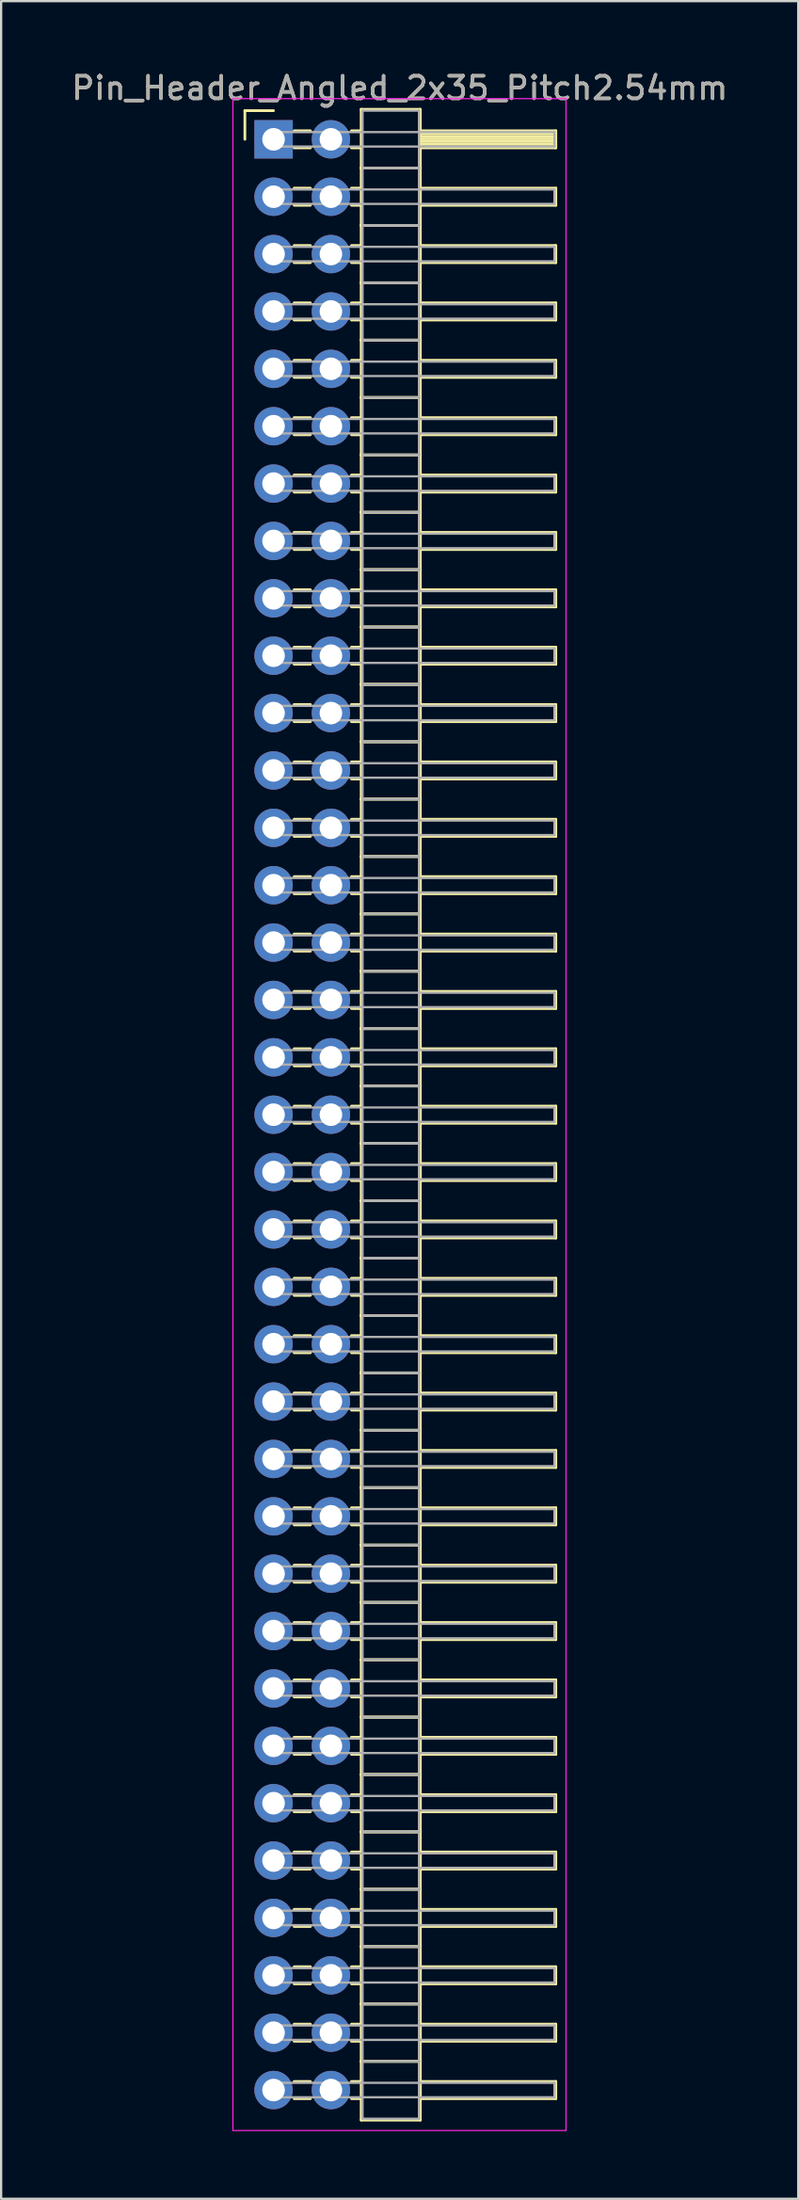
<source format=kicad_pcb>
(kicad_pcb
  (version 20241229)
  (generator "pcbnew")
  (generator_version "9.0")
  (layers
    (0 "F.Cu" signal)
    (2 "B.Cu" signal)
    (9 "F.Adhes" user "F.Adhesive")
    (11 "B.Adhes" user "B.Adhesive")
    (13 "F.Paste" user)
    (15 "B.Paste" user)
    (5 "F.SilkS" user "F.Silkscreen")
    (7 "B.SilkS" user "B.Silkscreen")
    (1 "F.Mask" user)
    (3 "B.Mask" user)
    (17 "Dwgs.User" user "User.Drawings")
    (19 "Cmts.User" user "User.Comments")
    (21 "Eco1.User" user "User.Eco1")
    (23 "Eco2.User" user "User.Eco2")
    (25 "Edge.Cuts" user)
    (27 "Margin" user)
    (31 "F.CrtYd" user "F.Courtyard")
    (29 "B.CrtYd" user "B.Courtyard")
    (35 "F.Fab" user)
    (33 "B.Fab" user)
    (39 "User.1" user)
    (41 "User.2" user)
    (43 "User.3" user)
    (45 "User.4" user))
  (footprint "Pin_Header_Angled_2x35_Pitch2.54mm"
    (layer "F.Cu")
    (at 9.064 3.118)
    (property "Reference" "Pin_Header_Angled_2x35_Pitch2.54mm" (at 5.585 -2.27 0) (layer "F.SilkS") (effects (font (size 1 1) (thickness 0.15))))
    (attr through_hole)
    (fp_line (start -1.27 -1.27) (end 0 -1.27) (stroke (width 0.12) (type solid)) (layer "F.SilkS"))
    (fp_line (start -1.27 0) (end -1.27 -1.27) (stroke (width 0.12) (type solid)) (layer "F.SilkS"))
    (fp_line (start 0.91 -0.38) (end 1.63 -0.38) (stroke (width 0.12) (type solid)) (layer "F.SilkS"))
    (fp_line (start 0.91 0.38) (end 1.63 0.38) (stroke (width 0.12) (type solid)) (layer "F.SilkS"))
    (fp_line (start 0.91 2.16) (end 1.63 2.16) (stroke (width 0.12) (type solid)) (layer "F.SilkS"))
    (fp_line (start 0.91 2.92) (end 1.63 2.92) (stroke (width 0.12) (type solid)) (layer "F.SilkS"))
    (fp_line (start 0.91 4.7) (end 1.63 4.7) (stroke (width 0.12) (type solid)) (layer "F.SilkS"))
    (fp_line (start 0.91 5.46) (end 1.63 5.46) (stroke (width 0.12) (type solid)) (layer "F.SilkS"))
    (fp_line (start 0.91 7.24) (end 1.63 7.24) (stroke (width 0.12) (type solid)) (layer "F.SilkS"))
    (fp_line (start 0.91 8) (end 1.63 8) (stroke (width 0.12) (type solid)) (layer "F.SilkS"))
    (fp_line (start 0.91 9.78) (end 1.63 9.78) (stroke (width 0.12) (type solid)) (layer "F.SilkS"))
    (fp_line (start 0.91 10.54) (end 1.63 10.54) (stroke (width 0.12) (type solid)) (layer "F.SilkS"))
    (fp_line (start 0.91 12.32) (end 1.63 12.32) (stroke (width 0.12) (type solid)) (layer "F.SilkS"))
    (fp_line (start 0.91 13.08) (end 1.63 13.08) (stroke (width 0.12) (type solid)) (layer "F.SilkS"))
    (fp_line (start 0.91 14.86) (end 1.63 14.86) (stroke (width 0.12) (type solid)) (layer "F.SilkS"))
    (fp_line (start 0.91 15.62) (end 1.63 15.62) (stroke (width 0.12) (type solid)) (layer "F.SilkS"))
    (fp_line (start 0.91 17.4) (end 1.63 17.4) (stroke (width 0.12) (type solid)) (layer "F.SilkS"))
    (fp_line (start 0.91 18.16) (end 1.63 18.16) (stroke (width 0.12) (type solid)) (layer "F.SilkS"))
    (fp_line (start 0.91 19.94) (end 1.63 19.94) (stroke (width 0.12) (type solid)) (layer "F.SilkS"))
    (fp_line (start 0.91 20.7) (end 1.63 20.7) (stroke (width 0.12) (type solid)) (layer "F.SilkS"))
    (fp_line (start 0.91 22.48) (end 1.63 22.48) (stroke (width 0.12) (type solid)) (layer "F.SilkS"))
    (fp_line (start 0.91 23.24) (end 1.63 23.24) (stroke (width 0.12) (type solid)) (layer "F.SilkS"))
    (fp_line (start 0.91 25.02) (end 1.63 25.02) (stroke (width 0.12) (type solid)) (layer "F.SilkS"))
    (fp_line (start 0.91 25.78) (end 1.63 25.78) (stroke (width 0.12) (type solid)) (layer "F.SilkS"))
    (fp_line (start 0.91 27.56) (end 1.63 27.56) (stroke (width 0.12) (type solid)) (layer "F.SilkS"))
    (fp_line (start 0.91 28.32) (end 1.63 28.32) (stroke (width 0.12) (type solid)) (layer "F.SilkS"))
    (fp_line (start 0.91 30.1) (end 1.63 30.1) (stroke (width 0.12) (type solid)) (layer "F.SilkS"))
    (fp_line (start 0.91 30.86) (end 1.63 30.86) (stroke (width 0.12) (type solid)) (layer "F.SilkS"))
    (fp_line (start 0.91 32.64) (end 1.63 32.64) (stroke (width 0.12) (type solid)) (layer "F.SilkS"))
    (fp_line (start 0.91 33.4) (end 1.63 33.4) (stroke (width 0.12) (type solid)) (layer "F.SilkS"))
    (fp_line (start 0.91 35.18) (end 1.63 35.18) (stroke (width 0.12) (type solid)) (layer "F.SilkS"))
    (fp_line (start 0.91 35.94) (end 1.63 35.94) (stroke (width 0.12) (type solid)) (layer "F.SilkS"))
    (fp_line (start 0.91 37.72) (end 1.63 37.72) (stroke (width 0.12) (type solid)) (layer "F.SilkS"))
    (fp_line (start 0.91 38.48) (end 1.63 38.48) (stroke (width 0.12) (type solid)) (layer "F.SilkS"))
    (fp_line (start 0.91 40.26) (end 1.63 40.26) (stroke (width 0.12) (type solid)) (layer "F.SilkS"))
    (fp_line (start 0.91 41.02) (end 1.63 41.02) (stroke (width 0.12) (type solid)) (layer "F.SilkS"))
    (fp_line (start 0.91 42.8) (end 1.63 42.8) (stroke (width 0.12) (type solid)) (layer "F.SilkS"))
    (fp_line (start 0.91 43.56) (end 1.63 43.56) (stroke (width 0.12) (type solid)) (layer "F.SilkS"))
    (fp_line (start 0.91 45.34) (end 1.63 45.34) (stroke (width 0.12) (type solid)) (layer "F.SilkS"))
    (fp_line (start 0.91 46.1) (end 1.63 46.1) (stroke (width 0.12) (type solid)) (layer "F.SilkS"))
    (fp_line (start 0.91 47.88) (end 1.63 47.88) (stroke (width 0.12) (type solid)) (layer "F.SilkS"))
    (fp_line (start 0.91 48.64) (end 1.63 48.64) (stroke (width 0.12) (type solid)) (layer "F.SilkS"))
    (fp_line (start 0.91 50.42) (end 1.63 50.42) (stroke (width 0.12) (type solid)) (layer "F.SilkS"))
    (fp_line (start 0.91 51.18) (end 1.63 51.18) (stroke (width 0.12) (type solid)) (layer "F.SilkS"))
    (fp_line (start 0.91 52.96) (end 1.63 52.96) (stroke (width 0.12) (type solid)) (layer "F.SilkS"))
    (fp_line (start 0.91 53.72) (end 1.63 53.72) (stroke (width 0.12) (type solid)) (layer "F.SilkS"))
    (fp_line (start 0.91 55.5) (end 1.63 55.5) (stroke (width 0.12) (type solid)) (layer "F.SilkS"))
    (fp_line (start 0.91 56.26) (end 1.63 56.26) (stroke (width 0.12) (type solid)) (layer "F.SilkS"))
    (fp_line (start 0.91 58.04) (end 1.63 58.04) (stroke (width 0.12) (type solid)) (layer "F.SilkS"))
    (fp_line (start 0.91 58.8) (end 1.63 58.8) (stroke (width 0.12) (type solid)) (layer "F.SilkS"))
    (fp_line (start 0.91 60.58) (end 1.63 60.58) (stroke (width 0.12) (type solid)) (layer "F.SilkS"))
    (fp_line (start 0.91 61.34) (end 1.63 61.34) (stroke (width 0.12) (type solid)) (layer "F.SilkS"))
    (fp_line (start 0.91 63.12) (end 1.63 63.12) (stroke (width 0.12) (type solid)) (layer "F.SilkS"))
    (fp_line (start 0.91 63.88) (end 1.63 63.88) (stroke (width 0.12) (type solid)) (layer "F.SilkS"))
    (fp_line (start 0.91 65.66) (end 1.63 65.66) (stroke (width 0.12) (type solid)) (layer "F.SilkS"))
    (fp_line (start 0.91 66.42) (end 1.63 66.42) (stroke (width 0.12) (type solid)) (layer "F.SilkS"))
    (fp_line (start 0.91 68.2) (end 1.63 68.2) (stroke (width 0.12) (type solid)) (layer "F.SilkS"))
    (fp_line (start 0.91 68.96) (end 1.63 68.96) (stroke (width 0.12) (type solid)) (layer "F.SilkS"))
    (fp_line (start 0.91 70.74) (end 1.63 70.74) (stroke (width 0.12) (type solid)) (layer "F.SilkS"))
    (fp_line (start 0.91 71.5) (end 1.63 71.5) (stroke (width 0.12) (type solid)) (layer "F.SilkS"))
    (fp_line (start 0.91 73.28) (end 1.63 73.28) (stroke (width 0.12) (type solid)) (layer "F.SilkS"))
    (fp_line (start 0.91 74.04) (end 1.63 74.04) (stroke (width 0.12) (type solid)) (layer "F.SilkS"))
    (fp_line (start 0.91 75.82) (end 1.63 75.82) (stroke (width 0.12) (type solid)) (layer "F.SilkS"))
    (fp_line (start 0.91 76.58) (end 1.63 76.58) (stroke (width 0.12) (type solid)) (layer "F.SilkS"))
    (fp_line (start 0.91 78.36) (end 1.63 78.36) (stroke (width 0.12) (type solid)) (layer "F.SilkS"))
    (fp_line (start 0.91 79.12) (end 1.63 79.12) (stroke (width 0.12) (type solid)) (layer "F.SilkS"))
    (fp_line (start 0.91 80.9) (end 1.63 80.9) (stroke (width 0.12) (type solid)) (layer "F.SilkS"))
    (fp_line (start 0.91 81.66) (end 1.63 81.66) (stroke (width 0.12) (type solid)) (layer "F.SilkS"))
    (fp_line (start 0.91 83.44) (end 1.63 83.44) (stroke (width 0.12) (type solid)) (layer "F.SilkS"))
    (fp_line (start 0.91 84.2) (end 1.63 84.2) (stroke (width 0.12) (type solid)) (layer "F.SilkS"))
    (fp_line (start 0.91 85.98) (end 1.63 85.98) (stroke (width 0.12) (type solid)) (layer "F.SilkS"))
    (fp_line (start 0.91 86.74) (end 1.63 86.74) (stroke (width 0.12) (type solid)) (layer "F.SilkS"))
    (fp_line (start 3.45 -0.38) (end 3.88 -0.38) (stroke (width 0.12) (type solid)) (layer "F.SilkS"))
    (fp_line (start 3.45 0.38) (end 3.88 0.38) (stroke (width 0.12) (type solid)) (layer "F.SilkS"))
    (fp_line (start 3.45 2.16) (end 3.88 2.16) (stroke (width 0.12) (type solid)) (layer "F.SilkS"))
    (fp_line (start 3.45 2.92) (end 3.88 2.92) (stroke (width 0.12) (type solid)) (layer "F.SilkS"))
    (fp_line (start 3.45 4.7) (end 3.88 4.7) (stroke (width 0.12) (type solid)) (layer "F.SilkS"))
    (fp_line (start 3.45 5.46) (end 3.88 5.46) (stroke (width 0.12) (type solid)) (layer "F.SilkS"))
    (fp_line (start 3.45 7.24) (end 3.88 7.24) (stroke (width 0.12) (type solid)) (layer "F.SilkS"))
    (fp_line (start 3.45 8) (end 3.88 8) (stroke (width 0.12) (type solid)) (layer "F.SilkS"))
    (fp_line (start 3.45 9.78) (end 3.88 9.78) (stroke (width 0.12) (type solid)) (layer "F.SilkS"))
    (fp_line (start 3.45 10.54) (end 3.88 10.54) (stroke (width 0.12) (type solid)) (layer "F.SilkS"))
    (fp_line (start 3.45 12.32) (end 3.88 12.32) (stroke (width 0.12) (type solid)) (layer "F.SilkS"))
    (fp_line (start 3.45 13.08) (end 3.88 13.08) (stroke (width 0.12) (type solid)) (layer "F.SilkS"))
    (fp_line (start 3.45 14.86) (end 3.88 14.86) (stroke (width 0.12) (type solid)) (layer "F.SilkS"))
    (fp_line (start 3.45 15.62) (end 3.88 15.62) (stroke (width 0.12) (type solid)) (layer "F.SilkS"))
    (fp_line (start 3.45 17.4) (end 3.88 17.4) (stroke (width 0.12) (type solid)) (layer "F.SilkS"))
    (fp_line (start 3.45 18.16) (end 3.88 18.16) (stroke (width 0.12) (type solid)) (layer "F.SilkS"))
    (fp_line (start 3.45 19.94) (end 3.88 19.94) (stroke (width 0.12) (type solid)) (layer "F.SilkS"))
    (fp_line (start 3.45 20.7) (end 3.88 20.7) (stroke (width 0.12) (type solid)) (layer "F.SilkS"))
    (fp_line (start 3.45 22.48) (end 3.88 22.48) (stroke (width 0.12) (type solid)) (layer "F.SilkS"))
    (fp_line (start 3.45 23.24) (end 3.88 23.24) (stroke (width 0.12) (type solid)) (layer "F.SilkS"))
    (fp_line (start 3.45 25.02) (end 3.88 25.02) (stroke (width 0.12) (type solid)) (layer "F.SilkS"))
    (fp_line (start 3.45 25.78) (end 3.88 25.78) (stroke (width 0.12) (type solid)) (layer "F.SilkS"))
    (fp_line (start 3.45 27.56) (end 3.88 27.56) (stroke (width 0.12) (type solid)) (layer "F.SilkS"))
    (fp_line (start 3.45 28.32) (end 3.88 28.32) (stroke (width 0.12) (type solid)) (layer "F.SilkS"))
    (fp_line (start 3.45 30.1) (end 3.88 30.1) (stroke (width 0.12) (type solid)) (layer "F.SilkS"))
    (fp_line (start 3.45 30.86) (end 3.88 30.86) (stroke (width 0.12) (type solid)) (layer "F.SilkS"))
    (fp_line (start 3.45 32.64) (end 3.88 32.64) (stroke (width 0.12) (type solid)) (layer "F.SilkS"))
    (fp_line (start 3.45 33.4) (end 3.88 33.4) (stroke (width 0.12) (type solid)) (layer "F.SilkS"))
    (fp_line (start 3.45 35.18) (end 3.88 35.18) (stroke (width 0.12) (type solid)) (layer "F.SilkS"))
    (fp_line (start 3.45 35.94) (end 3.88 35.94) (stroke (width 0.12) (type solid)) (layer "F.SilkS"))
    (fp_line (start 3.45 37.72) (end 3.88 37.72) (stroke (width 0.12) (type solid)) (layer "F.SilkS"))
    (fp_line (start 3.45 38.48) (end 3.88 38.48) (stroke (width 0.12) (type solid)) (layer "F.SilkS"))
    (fp_line (start 3.45 40.26) (end 3.88 40.26) (stroke (width 0.12) (type solid)) (layer "F.SilkS"))
    (fp_line (start 3.45 41.02) (end 3.88 41.02) (stroke (width 0.12) (type solid)) (layer "F.SilkS"))
    (fp_line (start 3.45 42.8) (end 3.88 42.8) (stroke (width 0.12) (type solid)) (layer "F.SilkS"))
    (fp_line (start 3.45 43.56) (end 3.88 43.56) (stroke (width 0.12) (type solid)) (layer "F.SilkS"))
    (fp_line (start 3.45 45.34) (end 3.88 45.34) (stroke (width 0.12) (type solid)) (layer "F.SilkS"))
    (fp_line (start 3.45 46.1) (end 3.88 46.1) (stroke (width 0.12) (type solid)) (layer "F.SilkS"))
    (fp_line (start 3.45 47.88) (end 3.88 47.88) (stroke (width 0.12) (type solid)) (layer "F.SilkS"))
    (fp_line (start 3.45 48.64) (end 3.88 48.64) (stroke (width 0.12) (type solid)) (layer "F.SilkS"))
    (fp_line (start 3.45 50.42) (end 3.88 50.42) (stroke (width 0.12) (type solid)) (layer "F.SilkS"))
    (fp_line (start 3.45 51.18) (end 3.88 51.18) (stroke (width 0.12) (type solid)) (layer "F.SilkS"))
    (fp_line (start 3.45 52.96) (end 3.88 52.96) (stroke (width 0.12) (type solid)) (layer "F.SilkS"))
    (fp_line (start 3.45 53.72) (end 3.88 53.72) (stroke (width 0.12) (type solid)) (layer "F.SilkS"))
    (fp_line (start 3.45 55.5) (end 3.88 55.5) (stroke (width 0.12) (type solid)) (layer "F.SilkS"))
    (fp_line (start 3.45 56.26) (end 3.88 56.26) (stroke (width 0.12) (type solid)) (layer "F.SilkS"))
    (fp_line (start 3.45 58.04) (end 3.88 58.04) (stroke (width 0.12) (type solid)) (layer "F.SilkS"))
    (fp_line (start 3.45 58.8) (end 3.88 58.8) (stroke (width 0.12) (type solid)) (layer "F.SilkS"))
    (fp_line (start 3.45 60.58) (end 3.88 60.58) (stroke (width 0.12) (type solid)) (layer "F.SilkS"))
    (fp_line (start 3.45 61.34) (end 3.88 61.34) (stroke (width 0.12) (type solid)) (layer "F.SilkS"))
    (fp_line (start 3.45 63.12) (end 3.88 63.12) (stroke (width 0.12) (type solid)) (layer "F.SilkS"))
    (fp_line (start 3.45 63.88) (end 3.88 63.88) (stroke (width 0.12) (type solid)) (layer "F.SilkS"))
    (fp_line (start 3.45 65.66) (end 3.88 65.66) (stroke (width 0.12) (type solid)) (layer "F.SilkS"))
    (fp_line (start 3.45 66.42) (end 3.88 66.42) (stroke (width 0.12) (type solid)) (layer "F.SilkS"))
    (fp_line (start 3.45 68.2) (end 3.88 68.2) (stroke (width 0.12) (type solid)) (layer "F.SilkS"))
    (fp_line (start 3.45 68.96) (end 3.88 68.96) (stroke (width 0.12) (type solid)) (layer "F.SilkS"))
    (fp_line (start 3.45 70.74) (end 3.88 70.74) (stroke (width 0.12) (type solid)) (layer "F.SilkS"))
    (fp_line (start 3.45 71.5) (end 3.88 71.5) (stroke (width 0.12) (type solid)) (layer "F.SilkS"))
    (fp_line (start 3.45 73.28) (end 3.88 73.28) (stroke (width 0.12) (type solid)) (layer "F.SilkS"))
    (fp_line (start 3.45 74.04) (end 3.88 74.04) (stroke (width 0.12) (type solid)) (layer "F.SilkS"))
    (fp_line (start 3.45 75.82) (end 3.88 75.82) (stroke (width 0.12) (type solid)) (layer "F.SilkS"))
    (fp_line (start 3.45 76.58) (end 3.88 76.58) (stroke (width 0.12) (type solid)) (layer "F.SilkS"))
    (fp_line (start 3.45 78.36) (end 3.88 78.36) (stroke (width 0.12) (type solid)) (layer "F.SilkS"))
    (fp_line (start 3.45 79.12) (end 3.88 79.12) (stroke (width 0.12) (type solid)) (layer "F.SilkS"))
    (fp_line (start 3.45 80.9) (end 3.88 80.9) (stroke (width 0.12) (type solid)) (layer "F.SilkS"))
    (fp_line (start 3.45 81.66) (end 3.88 81.66) (stroke (width 0.12) (type solid)) (layer "F.SilkS"))
    (fp_line (start 3.45 83.44) (end 3.88 83.44) (stroke (width 0.12) (type solid)) (layer "F.SilkS"))
    (fp_line (start 3.45 84.2) (end 3.88 84.2) (stroke (width 0.12) (type solid)) (layer "F.SilkS"))
    (fp_line (start 3.45 85.98) (end 3.88 85.98) (stroke (width 0.12) (type solid)) (layer "F.SilkS"))
    (fp_line (start 3.45 86.74) (end 3.88 86.74) (stroke (width 0.12) (type solid)) (layer "F.SilkS"))
    (fp_line (start 3.88 -1.33) (end 3.88 1.27) (stroke (width 0.12) (type solid)) (layer "F.SilkS"))
    (fp_line (start 3.88 1.27) (end 3.88 3.81) (stroke (width 0.12) (type solid)) (layer "F.SilkS"))
    (fp_line (start 3.88 1.27) (end 6.5 1.27) (stroke (width 0.12) (type solid)) (layer "F.SilkS"))
    (fp_line (start 3.88 3.81) (end 3.88 6.35) (stroke (width 0.12) (type solid)) (layer "F.SilkS"))
    (fp_line (start 3.88 3.81) (end 6.5 3.81) (stroke (width 0.12) (type solid)) (layer "F.SilkS"))
    (fp_line (start 3.88 6.35) (end 3.88 8.89) (stroke (width 0.12) (type solid)) (layer "F.SilkS"))
    (fp_line (start 3.88 6.35) (end 6.5 6.35) (stroke (width 0.12) (type solid)) (layer "F.SilkS"))
    (fp_line (start 3.88 8.89) (end 3.88 11.43) (stroke (width 0.12) (type solid)) (layer "F.SilkS"))
    (fp_line (start 3.88 8.89) (end 6.5 8.89) (stroke (width 0.12) (type solid)) (layer "F.SilkS"))
    (fp_line (start 3.88 11.43) (end 3.88 13.97) (stroke (width 0.12) (type solid)) (layer "F.SilkS"))
    (fp_line (start 3.88 11.43) (end 6.5 11.43) (stroke (width 0.12) (type solid)) (layer "F.SilkS"))
    (fp_line (start 3.88 13.97) (end 3.88 16.51) (stroke (width 0.12) (type solid)) (layer "F.SilkS"))
    (fp_line (start 3.88 13.97) (end 6.5 13.97) (stroke (width 0.12) (type solid)) (layer "F.SilkS"))
    (fp_line (start 3.88 16.51) (end 3.88 19.05) (stroke (width 0.12) (type solid)) (layer "F.SilkS"))
    (fp_line (start 3.88 16.51) (end 6.5 16.51) (stroke (width 0.12) (type solid)) (layer "F.SilkS"))
    (fp_line (start 3.88 19.05) (end 3.88 21.59) (stroke (width 0.12) (type solid)) (layer "F.SilkS"))
    (fp_line (start 3.88 19.05) (end 6.5 19.05) (stroke (width 0.12) (type solid)) (layer "F.SilkS"))
    (fp_line (start 3.88 21.59) (end 3.88 24.13) (stroke (width 0.12) (type solid)) (layer "F.SilkS"))
    (fp_line (start 3.88 21.59) (end 6.5 21.59) (stroke (width 0.12) (type solid)) (layer "F.SilkS"))
    (fp_line (start 3.88 24.13) (end 3.88 26.67) (stroke (width 0.12) (type solid)) (layer "F.SilkS"))
    (fp_line (start 3.88 24.13) (end 6.5 24.13) (stroke (width 0.12) (type solid)) (layer "F.SilkS"))
    (fp_line (start 3.88 26.67) (end 3.88 29.21) (stroke (width 0.12) (type solid)) (layer "F.SilkS"))
    (fp_line (start 3.88 26.67) (end 6.5 26.67) (stroke (width 0.12) (type solid)) (layer "F.SilkS"))
    (fp_line (start 3.88 29.21) (end 3.88 31.75) (stroke (width 0.12) (type solid)) (layer "F.SilkS"))
    (fp_line (start 3.88 29.21) (end 6.5 29.21) (stroke (width 0.12) (type solid)) (layer "F.SilkS"))
    (fp_line (start 3.88 31.75) (end 3.88 34.29) (stroke (width 0.12) (type solid)) (layer "F.SilkS"))
    (fp_line (start 3.88 31.75) (end 6.5 31.75) (stroke (width 0.12) (type solid)) (layer "F.SilkS"))
    (fp_line (start 3.88 34.29) (end 3.88 36.83) (stroke (width 0.12) (type solid)) (layer "F.SilkS"))
    (fp_line (start 3.88 34.29) (end 6.5 34.29) (stroke (width 0.12) (type solid)) (layer "F.SilkS"))
    (fp_line (start 3.88 36.83) (end 3.88 39.37) (stroke (width 0.12) (type solid)) (layer "F.SilkS"))
    (fp_line (start 3.88 36.83) (end 6.5 36.83) (stroke (width 0.12) (type solid)) (layer "F.SilkS"))
    (fp_line (start 3.88 39.37) (end 3.88 41.91) (stroke (width 0.12) (type solid)) (layer "F.SilkS"))
    (fp_line (start 3.88 39.37) (end 6.5 39.37) (stroke (width 0.12) (type solid)) (layer "F.SilkS"))
    (fp_line (start 3.88 41.91) (end 3.88 44.45) (stroke (width 0.12) (type solid)) (layer "F.SilkS"))
    (fp_line (start 3.88 41.91) (end 6.5 41.91) (stroke (width 0.12) (type solid)) (layer "F.SilkS"))
    (fp_line (start 3.88 44.45) (end 3.88 46.99) (stroke (width 0.12) (type solid)) (layer "F.SilkS"))
    (fp_line (start 3.88 44.45) (end 6.5 44.45) (stroke (width 0.12) (type solid)) (layer "F.SilkS"))
    (fp_line (start 3.88 46.99) (end 3.88 49.53) (stroke (width 0.12) (type solid)) (layer "F.SilkS"))
    (fp_line (start 3.88 46.99) (end 6.5 46.99) (stroke (width 0.12) (type solid)) (layer "F.SilkS"))
    (fp_line (start 3.88 49.53) (end 3.88 52.07) (stroke (width 0.12) (type solid)) (layer "F.SilkS"))
    (fp_line (start 3.88 49.53) (end 6.5 49.53) (stroke (width 0.12) (type solid)) (layer "F.SilkS"))
    (fp_line (start 3.88 52.07) (end 3.88 54.61) (stroke (width 0.12) (type solid)) (layer "F.SilkS"))
    (fp_line (start 3.88 52.07) (end 6.5 52.07) (stroke (width 0.12) (type solid)) (layer "F.SilkS"))
    (fp_line (start 3.88 54.61) (end 3.88 57.15) (stroke (width 0.12) (type solid)) (layer "F.SilkS"))
    (fp_line (start 3.88 54.61) (end 6.5 54.61) (stroke (width 0.12) (type solid)) (layer "F.SilkS"))
    (fp_line (start 3.88 57.15) (end 3.88 59.69) (stroke (width 0.12) (type solid)) (layer "F.SilkS"))
    (fp_line (start 3.88 57.15) (end 6.5 57.15) (stroke (width 0.12) (type solid)) (layer "F.SilkS"))
    (fp_line (start 3.88 59.69) (end 3.88 62.23) (stroke (width 0.12) (type solid)) (layer "F.SilkS"))
    (fp_line (start 3.88 59.69) (end 6.5 59.69) (stroke (width 0.12) (type solid)) (layer "F.SilkS"))
    (fp_line (start 3.88 62.23) (end 3.88 64.77) (stroke (width 0.12) (type solid)) (layer "F.SilkS"))
    (fp_line (start 3.88 62.23) (end 6.5 62.23) (stroke (width 0.12) (type solid)) (layer "F.SilkS"))
    (fp_line (start 3.88 64.77) (end 3.88 67.31) (stroke (width 0.12) (type solid)) (layer "F.SilkS"))
    (fp_line (start 3.88 64.77) (end 6.5 64.77) (stroke (width 0.12) (type solid)) (layer "F.SilkS"))
    (fp_line (start 3.88 67.31) (end 3.88 69.85) (stroke (width 0.12) (type solid)) (layer "F.SilkS"))
    (fp_line (start 3.88 67.31) (end 6.5 67.31) (stroke (width 0.12) (type solid)) (layer "F.SilkS"))
    (fp_line (start 3.88 69.85) (end 3.88 72.39) (stroke (width 0.12) (type solid)) (layer "F.SilkS"))
    (fp_line (start 3.88 69.85) (end 6.5 69.85) (stroke (width 0.12) (type solid)) (layer "F.SilkS"))
    (fp_line (start 3.88 72.39) (end 3.88 74.93) (stroke (width 0.12) (type solid)) (layer "F.SilkS"))
    (fp_line (start 3.88 72.39) (end 6.5 72.39) (stroke (width 0.12) (type solid)) (layer "F.SilkS"))
    (fp_line (start 3.88 74.93) (end 3.88 77.47) (stroke (width 0.12) (type solid)) (layer "F.SilkS"))
    (fp_line (start 3.88 74.93) (end 6.5 74.93) (stroke (width 0.12) (type solid)) (layer "F.SilkS"))
    (fp_line (start 3.88 77.47) (end 3.88 80.01) (stroke (width 0.12) (type solid)) (layer "F.SilkS"))
    (fp_line (start 3.88 77.47) (end 6.5 77.47) (stroke (width 0.12) (type solid)) (layer "F.SilkS"))
    (fp_line (start 3.88 80.01) (end 3.88 82.55) (stroke (width 0.12) (type solid)) (layer "F.SilkS"))
    (fp_line (start 3.88 80.01) (end 6.5 80.01) (stroke (width 0.12) (type solid)) (layer "F.SilkS"))
    (fp_line (start 3.88 82.55) (end 3.88 85.09) (stroke (width 0.12) (type solid)) (layer "F.SilkS"))
    (fp_line (start 3.88 82.55) (end 6.5 82.55) (stroke (width 0.12) (type solid)) (layer "F.SilkS"))
    (fp_line (start 3.88 85.09) (end 3.88 87.69) (stroke (width 0.12) (type solid)) (layer "F.SilkS"))
    (fp_line (start 3.88 85.09) (end 6.5 85.09) (stroke (width 0.12) (type solid)) (layer "F.SilkS"))
    (fp_line (start 3.88 87.69) (end 6.5 87.69) (stroke (width 0.12) (type solid)) (layer "F.SilkS"))
    (fp_line (start 6.5 -1.33) (end 3.88 -1.33) (stroke (width 0.12) (type solid)) (layer "F.SilkS"))
    (fp_line (start 6.5 -0.38) (end 6.5 0.38) (stroke (width 0.12) (type solid)) (layer "F.SilkS"))
    (fp_line (start 6.5 -0.26) (end 12.5 -0.26) (stroke (width 0.12) (type solid)) (layer "F.SilkS"))
    (fp_line (start 6.5 -0.14) (end 12.5 -0.14) (stroke (width 0.12) (type solid)) (layer "F.SilkS"))
    (fp_line (start 6.5 -0.02) (end 12.5 -0.02) (stroke (width 0.12) (type solid)) (layer "F.SilkS"))
    (fp_line (start 6.5 0.1) (end 12.5 0.1) (stroke (width 0.12) (type solid)) (layer "F.SilkS"))
    (fp_line (start 6.5 0.22) (end 12.5 0.22) (stroke (width 0.12) (type solid)) (layer "F.SilkS"))
    (fp_line (start 6.5 0.34) (end 12.5 0.34) (stroke (width 0.12) (type solid)) (layer "F.SilkS"))
    (fp_line (start 6.5 0.38) (end 12.5 0.38) (stroke (width 0.12) (type solid)) (layer "F.SilkS"))
    (fp_line (start 6.5 1.27) (end 3.88 1.27) (stroke (width 0.12) (type solid)) (layer "F.SilkS"))
    (fp_line (start 6.5 1.27) (end 6.5 -1.33) (stroke (width 0.12) (type solid)) (layer "F.SilkS"))
    (fp_line (start 6.5 2.16) (end 6.5 2.92) (stroke (width 0.12) (type solid)) (layer "F.SilkS"))
    (fp_line (start 6.5 2.92) (end 12.5 2.92) (stroke (width 0.12) (type solid)) (layer "F.SilkS"))
    (fp_line (start 6.5 3.81) (end 3.88 3.81) (stroke (width 0.12) (type solid)) (layer "F.SilkS"))
    (fp_line (start 6.5 3.81) (end 6.5 1.27) (stroke (width 0.12) (type solid)) (layer "F.SilkS"))
    (fp_line (start 6.5 4.7) (end 6.5 5.46) (stroke (width 0.12) (type solid)) (layer "F.SilkS"))
    (fp_line (start 6.5 5.46) (end 12.5 5.46) (stroke (width 0.12) (type solid)) (layer "F.SilkS"))
    (fp_line (start 6.5 6.35) (end 3.88 6.35) (stroke (width 0.12) (type solid)) (layer "F.SilkS"))
    (fp_line (start 6.5 6.35) (end 6.5 3.81) (stroke (width 0.12) (type solid)) (layer "F.SilkS"))
    (fp_line (start 6.5 7.24) (end 6.5 8) (stroke (width 0.12) (type solid)) (layer "F.SilkS"))
    (fp_line (start 6.5 8) (end 12.5 8) (stroke (width 0.12) (type solid)) (layer "F.SilkS"))
    (fp_line (start 6.5 8.89) (end 3.88 8.89) (stroke (width 0.12) (type solid)) (layer "F.SilkS"))
    (fp_line (start 6.5 8.89) (end 6.5 6.35) (stroke (width 0.12) (type solid)) (layer "F.SilkS"))
    (fp_line (start 6.5 9.78) (end 6.5 10.54) (stroke (width 0.12) (type solid)) (layer "F.SilkS"))
    (fp_line (start 6.5 10.54) (end 12.5 10.54) (stroke (width 0.12) (type solid)) (layer "F.SilkS"))
    (fp_line (start 6.5 11.43) (end 3.88 11.43) (stroke (width 0.12) (type solid)) (layer "F.SilkS"))
    (fp_line (start 6.5 11.43) (end 6.5 8.89) (stroke (width 0.12) (type solid)) (layer "F.SilkS"))
    (fp_line (start 6.5 12.32) (end 6.5 13.08) (stroke (width 0.12) (type solid)) (layer "F.SilkS"))
    (fp_line (start 6.5 13.08) (end 12.5 13.08) (stroke (width 0.12) (type solid)) (layer "F.SilkS"))
    (fp_line (start 6.5 13.97) (end 3.88 13.97) (stroke (width 0.12) (type solid)) (layer "F.SilkS"))
    (fp_line (start 6.5 13.97) (end 6.5 11.43) (stroke (width 0.12) (type solid)) (layer "F.SilkS"))
    (fp_line (start 6.5 14.86) (end 6.5 15.62) (stroke (width 0.12) (type solid)) (layer "F.SilkS"))
    (fp_line (start 6.5 15.62) (end 12.5 15.62) (stroke (width 0.12) (type solid)) (layer "F.SilkS"))
    (fp_line (start 6.5 16.51) (end 3.88 16.51) (stroke (width 0.12) (type solid)) (layer "F.SilkS"))
    (fp_line (start 6.5 16.51) (end 6.5 13.97) (stroke (width 0.12) (type solid)) (layer "F.SilkS"))
    (fp_line (start 6.5 17.4) (end 6.5 18.16) (stroke (width 0.12) (type solid)) (layer "F.SilkS"))
    (fp_line (start 6.5 18.16) (end 12.5 18.16) (stroke (width 0.12) (type solid)) (layer "F.SilkS"))
    (fp_line (start 6.5 19.05) (end 3.88 19.05) (stroke (width 0.12) (type solid)) (layer "F.SilkS"))
    (fp_line (start 6.5 19.05) (end 6.5 16.51) (stroke (width 0.12) (type solid)) (layer "F.SilkS"))
    (fp_line (start 6.5 19.94) (end 6.5 20.7) (stroke (width 0.12) (type solid)) (layer "F.SilkS"))
    (fp_line (start 6.5 20.7) (end 12.5 20.7) (stroke (width 0.12) (type solid)) (layer "F.SilkS"))
    (fp_line (start 6.5 21.59) (end 3.88 21.59) (stroke (width 0.12) (type solid)) (layer "F.SilkS"))
    (fp_line (start 6.5 21.59) (end 6.5 19.05) (stroke (width 0.12) (type solid)) (layer "F.SilkS"))
    (fp_line (start 6.5 22.48) (end 6.5 23.24) (stroke (width 0.12) (type solid)) (layer "F.SilkS"))
    (fp_line (start 6.5 23.24) (end 12.5 23.24) (stroke (width 0.12) (type solid)) (layer "F.SilkS"))
    (fp_line (start 6.5 24.13) (end 3.88 24.13) (stroke (width 0.12) (type solid)) (layer "F.SilkS"))
    (fp_line (start 6.5 24.13) (end 6.5 21.59) (stroke (width 0.12) (type solid)) (layer "F.SilkS"))
    (fp_line (start 6.5 25.02) (end 6.5 25.78) (stroke (width 0.12) (type solid)) (layer "F.SilkS"))
    (fp_line (start 6.5 25.78) (end 12.5 25.78) (stroke (width 0.12) (type solid)) (layer "F.SilkS"))
    (fp_line (start 6.5 26.67) (end 3.88 26.67) (stroke (width 0.12) (type solid)) (layer "F.SilkS"))
    (fp_line (start 6.5 26.67) (end 6.5 24.13) (stroke (width 0.12) (type solid)) (layer "F.SilkS"))
    (fp_line (start 6.5 27.56) (end 6.5 28.32) (stroke (width 0.12) (type solid)) (layer "F.SilkS"))
    (fp_line (start 6.5 28.32) (end 12.5 28.32) (stroke (width 0.12) (type solid)) (layer "F.SilkS"))
    (fp_line (start 6.5 29.21) (end 3.88 29.21) (stroke (width 0.12) (type solid)) (layer "F.SilkS"))
    (fp_line (start 6.5 29.21) (end 6.5 26.67) (stroke (width 0.12) (type solid)) (layer "F.SilkS"))
    (fp_line (start 6.5 30.1) (end 6.5 30.86) (stroke (width 0.12) (type solid)) (layer "F.SilkS"))
    (fp_line (start 6.5 30.86) (end 12.5 30.86) (stroke (width 0.12) (type solid)) (layer "F.SilkS"))
    (fp_line (start 6.5 31.75) (end 3.88 31.75) (stroke (width 0.12) (type solid)) (layer "F.SilkS"))
    (fp_line (start 6.5 31.75) (end 6.5 29.21) (stroke (width 0.12) (type solid)) (layer "F.SilkS"))
    (fp_line (start 6.5 32.64) (end 6.5 33.4) (stroke (width 0.12) (type solid)) (layer "F.SilkS"))
    (fp_line (start 6.5 33.4) (end 12.5 33.4) (stroke (width 0.12) (type solid)) (layer "F.SilkS"))
    (fp_line (start 6.5 34.29) (end 3.88 34.29) (stroke (width 0.12) (type solid)) (layer "F.SilkS"))
    (fp_line (start 6.5 34.29) (end 6.5 31.75) (stroke (width 0.12) (type solid)) (layer "F.SilkS"))
    (fp_line (start 6.5 35.18) (end 6.5 35.94) (stroke (width 0.12) (type solid)) (layer "F.SilkS"))
    (fp_line (start 6.5 35.94) (end 12.5 35.94) (stroke (width 0.12) (type solid)) (layer "F.SilkS"))
    (fp_line (start 6.5 36.83) (end 3.88 36.83) (stroke (width 0.12) (type solid)) (layer "F.SilkS"))
    (fp_line (start 6.5 36.83) (end 6.5 34.29) (stroke (width 0.12) (type solid)) (layer "F.SilkS"))
    (fp_line (start 6.5 37.72) (end 6.5 38.48) (stroke (width 0.12) (type solid)) (layer "F.SilkS"))
    (fp_line (start 6.5 38.48) (end 12.5 38.48) (stroke (width 0.12) (type solid)) (layer "F.SilkS"))
    (fp_line (start 6.5 39.37) (end 3.88 39.37) (stroke (width 0.12) (type solid)) (layer "F.SilkS"))
    (fp_line (start 6.5 39.37) (end 6.5 36.83) (stroke (width 0.12) (type solid)) (layer "F.SilkS"))
    (fp_line (start 6.5 40.26) (end 6.5 41.02) (stroke (width 0.12) (type solid)) (layer "F.SilkS"))
    (fp_line (start 6.5 41.02) (end 12.5 41.02) (stroke (width 0.12) (type solid)) (layer "F.SilkS"))
    (fp_line (start 6.5 41.91) (end 3.88 41.91) (stroke (width 0.12) (type solid)) (layer "F.SilkS"))
    (fp_line (start 6.5 41.91) (end 6.5 39.37) (stroke (width 0.12) (type solid)) (layer "F.SilkS"))
    (fp_line (start 6.5 42.8) (end 6.5 43.56) (stroke (width 0.12) (type solid)) (layer "F.SilkS"))
    (fp_line (start 6.5 43.56) (end 12.5 43.56) (stroke (width 0.12) (type solid)) (layer "F.SilkS"))
    (fp_line (start 6.5 44.45) (end 3.88 44.45) (stroke (width 0.12) (type solid)) (layer "F.SilkS"))
    (fp_line (start 6.5 44.45) (end 6.5 41.91) (stroke (width 0.12) (type solid)) (layer "F.SilkS"))
    (fp_line (start 6.5 45.34) (end 6.5 46.1) (stroke (width 0.12) (type solid)) (layer "F.SilkS"))
    (fp_line (start 6.5 46.1) (end 12.5 46.1) (stroke (width 0.12) (type solid)) (layer "F.SilkS"))
    (fp_line (start 6.5 46.99) (end 3.88 46.99) (stroke (width 0.12) (type solid)) (layer "F.SilkS"))
    (fp_line (start 6.5 46.99) (end 6.5 44.45) (stroke (width 0.12) (type solid)) (layer "F.SilkS"))
    (fp_line (start 6.5 47.88) (end 6.5 48.64) (stroke (width 0.12) (type solid)) (layer "F.SilkS"))
    (fp_line (start 6.5 48.64) (end 12.5 48.64) (stroke (width 0.12) (type solid)) (layer "F.SilkS"))
    (fp_line (start 6.5 49.53) (end 3.88 49.53) (stroke (width 0.12) (type solid)) (layer "F.SilkS"))
    (fp_line (start 6.5 49.53) (end 6.5 46.99) (stroke (width 0.12) (type solid)) (layer "F.SilkS"))
    (fp_line (start 6.5 50.42) (end 6.5 51.18) (stroke (width 0.12) (type solid)) (layer "F.SilkS"))
    (fp_line (start 6.5 51.18) (end 12.5 51.18) (stroke (width 0.12) (type solid)) (layer "F.SilkS"))
    (fp_line (start 6.5 52.07) (end 3.88 52.07) (stroke (width 0.12) (type solid)) (layer "F.SilkS"))
    (fp_line (start 6.5 52.07) (end 6.5 49.53) (stroke (width 0.12) (type solid)) (layer "F.SilkS"))
    (fp_line (start 6.5 52.96) (end 6.5 53.72) (stroke (width 0.12) (type solid)) (layer "F.SilkS"))
    (fp_line (start 6.5 53.72) (end 12.5 53.72) (stroke (width 0.12) (type solid)) (layer "F.SilkS"))
    (fp_line (start 6.5 54.61) (end 3.88 54.61) (stroke (width 0.12) (type solid)) (layer "F.SilkS"))
    (fp_line (start 6.5 54.61) (end 6.5 52.07) (stroke (width 0.12) (type solid)) (layer "F.SilkS"))
    (fp_line (start 6.5 55.5) (end 6.5 56.26) (stroke (width 0.12) (type solid)) (layer "F.SilkS"))
    (fp_line (start 6.5 56.26) (end 12.5 56.26) (stroke (width 0.12) (type solid)) (layer "F.SilkS"))
    (fp_line (start 6.5 57.15) (end 3.88 57.15) (stroke (width 0.12) (type solid)) (layer "F.SilkS"))
    (fp_line (start 6.5 57.15) (end 6.5 54.61) (stroke (width 0.12) (type solid)) (layer "F.SilkS"))
    (fp_line (start 6.5 58.04) (end 6.5 58.8) (stroke (width 0.12) (type solid)) (layer "F.SilkS"))
    (fp_line (start 6.5 58.8) (end 12.5 58.8) (stroke (width 0.12) (type solid)) (layer "F.SilkS"))
    (fp_line (start 6.5 59.69) (end 3.88 59.69) (stroke (width 0.12) (type solid)) (layer "F.SilkS"))
    (fp_line (start 6.5 59.69) (end 6.5 57.15) (stroke (width 0.12) (type solid)) (layer "F.SilkS"))
    (fp_line (start 6.5 60.58) (end 6.5 61.34) (stroke (width 0.12) (type solid)) (layer "F.SilkS"))
    (fp_line (start 6.5 61.34) (end 12.5 61.34) (stroke (width 0.12) (type solid)) (layer "F.SilkS"))
    (fp_line (start 6.5 62.23) (end 3.88 62.23) (stroke (width 0.12) (type solid)) (layer "F.SilkS"))
    (fp_line (start 6.5 62.23) (end 6.5 59.69) (stroke (width 0.12) (type solid)) (layer "F.SilkS"))
    (fp_line (start 6.5 63.12) (end 6.5 63.88) (stroke (width 0.12) (type solid)) (layer "F.SilkS"))
    (fp_line (start 6.5 63.88) (end 12.5 63.88) (stroke (width 0.12) (type solid)) (layer "F.SilkS"))
    (fp_line (start 6.5 64.77) (end 3.88 64.77) (stroke (width 0.12) (type solid)) (layer "F.SilkS"))
    (fp_line (start 6.5 64.77) (end 6.5 62.23) (stroke (width 0.12) (type solid)) (layer "F.SilkS"))
    (fp_line (start 6.5 65.66) (end 6.5 66.42) (stroke (width 0.12) (type solid)) (layer "F.SilkS"))
    (fp_line (start 6.5 66.42) (end 12.5 66.42) (stroke (width 0.12) (type solid)) (layer "F.SilkS"))
    (fp_line (start 6.5 67.31) (end 3.88 67.31) (stroke (width 0.12) (type solid)) (layer "F.SilkS"))
    (fp_line (start 6.5 67.31) (end 6.5 64.77) (stroke (width 0.12) (type solid)) (layer "F.SilkS"))
    (fp_line (start 6.5 68.2) (end 6.5 68.96) (stroke (width 0.12) (type solid)) (layer "F.SilkS"))
    (fp_line (start 6.5 68.96) (end 12.5 68.96) (stroke (width 0.12) (type solid)) (layer "F.SilkS"))
    (fp_line (start 6.5 69.85) (end 3.88 69.85) (stroke (width 0.12) (type solid)) (layer "F.SilkS"))
    (fp_line (start 6.5 69.85) (end 6.5 67.31) (stroke (width 0.12) (type solid)) (layer "F.SilkS"))
    (fp_line (start 6.5 70.74) (end 6.5 71.5) (stroke (width 0.12) (type solid)) (layer "F.SilkS"))
    (fp_line (start 6.5 71.5) (end 12.5 71.5) (stroke (width 0.12) (type solid)) (layer "F.SilkS"))
    (fp_line (start 6.5 72.39) (end 3.88 72.39) (stroke (width 0.12) (type solid)) (layer "F.SilkS"))
    (fp_line (start 6.5 72.39) (end 6.5 69.85) (stroke (width 0.12) (type solid)) (layer "F.SilkS"))
    (fp_line (start 6.5 73.28) (end 6.5 74.04) (stroke (width 0.12) (type solid)) (layer "F.SilkS"))
    (fp_line (start 6.5 74.04) (end 12.5 74.04) (stroke (width 0.12) (type solid)) (layer "F.SilkS"))
    (fp_line (start 6.5 74.93) (end 3.88 74.93) (stroke (width 0.12) (type solid)) (layer "F.SilkS"))
    (fp_line (start 6.5 74.93) (end 6.5 72.39) (stroke (width 0.12) (type solid)) (layer "F.SilkS"))
    (fp_line (start 6.5 75.82) (end 6.5 76.58) (stroke (width 0.12) (type solid)) (layer "F.SilkS"))
    (fp_line (start 6.5 76.58) (end 12.5 76.58) (stroke (width 0.12) (type solid)) (layer "F.SilkS"))
    (fp_line (start 6.5 77.47) (end 3.88 77.47) (stroke (width 0.12) (type solid)) (layer "F.SilkS"))
    (fp_line (start 6.5 77.47) (end 6.5 74.93) (stroke (width 0.12) (type solid)) (layer "F.SilkS"))
    (fp_line (start 6.5 78.36) (end 6.5 79.12) (stroke (width 0.12) (type solid)) (layer "F.SilkS"))
    (fp_line (start 6.5 79.12) (end 12.5 79.12) (stroke (width 0.12) (type solid)) (layer "F.SilkS"))
    (fp_line (start 6.5 80.01) (end 3.88 80.01) (stroke (width 0.12) (type solid)) (layer "F.SilkS"))
    (fp_line (start 6.5 80.01) (end 6.5 77.47) (stroke (width 0.12) (type solid)) (layer "F.SilkS"))
    (fp_line (start 6.5 80.9) (end 6.5 81.66) (stroke (width 0.12) (type solid)) (layer "F.SilkS"))
    (fp_line (start 6.5 81.66) (end 12.5 81.66) (stroke (width 0.12) (type solid)) (layer "F.SilkS"))
    (fp_line (start 6.5 82.55) (end 3.88 82.55) (stroke (width 0.12) (type solid)) (layer "F.SilkS"))
    (fp_line (start 6.5 82.55) (end 6.5 80.01) (stroke (width 0.12) (type solid)) (layer "F.SilkS"))
    (fp_line (start 6.5 83.44) (end 6.5 84.2) (stroke (width 0.12) (type solid)) (layer "F.SilkS"))
    (fp_line (start 6.5 84.2) (end 12.5 84.2) (stroke (width 0.12) (type solid)) (layer "F.SilkS"))
    (fp_line (start 6.5 85.09) (end 3.88 85.09) (stroke (width 0.12) (type solid)) (layer "F.SilkS"))
    (fp_line (start 6.5 85.09) (end 6.5 82.55) (stroke (width 0.12) (type solid)) (layer "F.SilkS"))
    (fp_line (start 6.5 85.98) (end 6.5 86.74) (stroke (width 0.12) (type solid)) (layer "F.SilkS"))
    (fp_line (start 6.5 86.74) (end 12.5 86.74) (stroke (width 0.12) (type solid)) (layer "F.SilkS"))
    (fp_line (start 6.5 87.69) (end 6.5 85.09) (stroke (width 0.12) (type solid)) (layer "F.SilkS"))
    (fp_line (start 12.5 -0.38) (end 6.5 -0.38) (stroke (width 0.12) (type solid)) (layer "F.SilkS"))
    (fp_line (start 12.5 0.38) (end 12.5 -0.38) (stroke (width 0.12) (type solid)) (layer "F.SilkS"))
    (fp_line (start 12.5 2.16) (end 6.5 2.16) (stroke (width 0.12) (type solid)) (layer "F.SilkS"))
    (fp_line (start 12.5 2.92) (end 12.5 2.16) (stroke (width 0.12) (type solid)) (layer "F.SilkS"))
    (fp_line (start 12.5 4.7) (end 6.5 4.7) (stroke (width 0.12) (type solid)) (layer "F.SilkS"))
    (fp_line (start 12.5 5.46) (end 12.5 4.7) (stroke (width 0.12) (type solid)) (layer "F.SilkS"))
    (fp_line (start 12.5 7.24) (end 6.5 7.24) (stroke (width 0.12) (type solid)) (layer "F.SilkS"))
    (fp_line (start 12.5 8) (end 12.5 7.24) (stroke (width 0.12) (type solid)) (layer "F.SilkS"))
    (fp_line (start 12.5 9.78) (end 6.5 9.78) (stroke (width 0.12) (type solid)) (layer "F.SilkS"))
    (fp_line (start 12.5 10.54) (end 12.5 9.78) (stroke (width 0.12) (type solid)) (layer "F.SilkS"))
    (fp_line (start 12.5 12.32) (end 6.5 12.32) (stroke (width 0.12) (type solid)) (layer "F.SilkS"))
    (fp_line (start 12.5 13.08) (end 12.5 12.32) (stroke (width 0.12) (type solid)) (layer "F.SilkS"))
    (fp_line (start 12.5 14.86) (end 6.5 14.86) (stroke (width 0.12) (type solid)) (layer "F.SilkS"))
    (fp_line (start 12.5 15.62) (end 12.5 14.86) (stroke (width 0.12) (type solid)) (layer "F.SilkS"))
    (fp_line (start 12.5 17.4) (end 6.5 17.4) (stroke (width 0.12) (type solid)) (layer "F.SilkS"))
    (fp_line (start 12.5 18.16) (end 12.5 17.4) (stroke (width 0.12) (type solid)) (layer "F.SilkS"))
    (fp_line (start 12.5 19.94) (end 6.5 19.94) (stroke (width 0.12) (type solid)) (layer "F.SilkS"))
    (fp_line (start 12.5 20.7) (end 12.5 19.94) (stroke (width 0.12) (type solid)) (layer "F.SilkS"))
    (fp_line (start 12.5 22.48) (end 6.5 22.48) (stroke (width 0.12) (type solid)) (layer "F.SilkS"))
    (fp_line (start 12.5 23.24) (end 12.5 22.48) (stroke (width 0.12) (type solid)) (layer "F.SilkS"))
    (fp_line (start 12.5 25.02) (end 6.5 25.02) (stroke (width 0.12) (type solid)) (layer "F.SilkS"))
    (fp_line (start 12.5 25.78) (end 12.5 25.02) (stroke (width 0.12) (type solid)) (layer "F.SilkS"))
    (fp_line (start 12.5 27.56) (end 6.5 27.56) (stroke (width 0.12) (type solid)) (layer "F.SilkS"))
    (fp_line (start 12.5 28.32) (end 12.5 27.56) (stroke (width 0.12) (type solid)) (layer "F.SilkS"))
    (fp_line (start 12.5 30.1) (end 6.5 30.1) (stroke (width 0.12) (type solid)) (layer "F.SilkS"))
    (fp_line (start 12.5 30.86) (end 12.5 30.1) (stroke (width 0.12) (type solid)) (layer "F.SilkS"))
    (fp_line (start 12.5 32.64) (end 6.5 32.64) (stroke (width 0.12) (type solid)) (layer "F.SilkS"))
    (fp_line (start 12.5 33.4) (end 12.5 32.64) (stroke (width 0.12) (type solid)) (layer "F.SilkS"))
    (fp_line (start 12.5 35.18) (end 6.5 35.18) (stroke (width 0.12) (type solid)) (layer "F.SilkS"))
    (fp_line (start 12.5 35.94) (end 12.5 35.18) (stroke (width 0.12) (type solid)) (layer "F.SilkS"))
    (fp_line (start 12.5 37.72) (end 6.5 37.72) (stroke (width 0.12) (type solid)) (layer "F.SilkS"))
    (fp_line (start 12.5 38.48) (end 12.5 37.72) (stroke (width 0.12) (type solid)) (layer "F.SilkS"))
    (fp_line (start 12.5 40.26) (end 6.5 40.26) (stroke (width 0.12) (type solid)) (layer "F.SilkS"))
    (fp_line (start 12.5 41.02) (end 12.5 40.26) (stroke (width 0.12) (type solid)) (layer "F.SilkS"))
    (fp_line (start 12.5 42.8) (end 6.5 42.8) (stroke (width 0.12) (type solid)) (layer "F.SilkS"))
    (fp_line (start 12.5 43.56) (end 12.5 42.8) (stroke (width 0.12) (type solid)) (layer "F.SilkS"))
    (fp_line (start 12.5 45.34) (end 6.5 45.34) (stroke (width 0.12) (type solid)) (layer "F.SilkS"))
    (fp_line (start 12.5 46.1) (end 12.5 45.34) (stroke (width 0.12) (type solid)) (layer "F.SilkS"))
    (fp_line (start 12.5 47.88) (end 6.5 47.88) (stroke (width 0.12) (type solid)) (layer "F.SilkS"))
    (fp_line (start 12.5 48.64) (end 12.5 47.88) (stroke (width 0.12) (type solid)) (layer "F.SilkS"))
    (fp_line (start 12.5 50.42) (end 6.5 50.42) (stroke (width 0.12) (type solid)) (layer "F.SilkS"))
    (fp_line (start 12.5 51.18) (end 12.5 50.42) (stroke (width 0.12) (type solid)) (layer "F.SilkS"))
    (fp_line (start 12.5 52.96) (end 6.5 52.96) (stroke (width 0.12) (type solid)) (layer "F.SilkS"))
    (fp_line (start 12.5 53.72) (end 12.5 52.96) (stroke (width 0.12) (type solid)) (layer "F.SilkS"))
    (fp_line (start 12.5 55.5) (end 6.5 55.5) (stroke (width 0.12) (type solid)) (layer "F.SilkS"))
    (fp_line (start 12.5 56.26) (end 12.5 55.5) (stroke (width 0.12) (type solid)) (layer "F.SilkS"))
    (fp_line (start 12.5 58.04) (end 6.5 58.04) (stroke (width 0.12) (type solid)) (layer "F.SilkS"))
    (fp_line (start 12.5 58.8) (end 12.5 58.04) (stroke (width 0.12) (type solid)) (layer "F.SilkS"))
    (fp_line (start 12.5 60.58) (end 6.5 60.58) (stroke (width 0.12) (type solid)) (layer "F.SilkS"))
    (fp_line (start 12.5 61.34) (end 12.5 60.58) (stroke (width 0.12) (type solid)) (layer "F.SilkS"))
    (fp_line (start 12.5 63.12) (end 6.5 63.12) (stroke (width 0.12) (type solid)) (layer "F.SilkS"))
    (fp_line (start 12.5 63.88) (end 12.5 63.12) (stroke (width 0.12) (type solid)) (layer "F.SilkS"))
    (fp_line (start 12.5 65.66) (end 6.5 65.66) (stroke (width 0.12) (type solid)) (layer "F.SilkS"))
    (fp_line (start 12.5 66.42) (end 12.5 65.66) (stroke (width 0.12) (type solid)) (layer "F.SilkS"))
    (fp_line (start 12.5 68.2) (end 6.5 68.2) (stroke (width 0.12) (type solid)) (layer "F.SilkS"))
    (fp_line (start 12.5 68.96) (end 12.5 68.2) (stroke (width 0.12) (type solid)) (layer "F.SilkS"))
    (fp_line (start 12.5 70.74) (end 6.5 70.74) (stroke (width 0.12) (type solid)) (layer "F.SilkS"))
    (fp_line (start 12.5 71.5) (end 12.5 70.74) (stroke (width 0.12) (type solid)) (layer "F.SilkS"))
    (fp_line (start 12.5 73.28) (end 6.5 73.28) (stroke (width 0.12) (type solid)) (layer "F.SilkS"))
    (fp_line (start 12.5 74.04) (end 12.5 73.28) (stroke (width 0.12) (type solid)) (layer "F.SilkS"))
    (fp_line (start 12.5 75.82) (end 6.5 75.82) (stroke (width 0.12) (type solid)) (layer "F.SilkS"))
    (fp_line (start 12.5 76.58) (end 12.5 75.82) (stroke (width 0.12) (type solid)) (layer "F.SilkS"))
    (fp_line (start 12.5 78.36) (end 6.5 78.36) (stroke (width 0.12) (type solid)) (layer "F.SilkS"))
    (fp_line (start 12.5 79.12) (end 12.5 78.36) (stroke (width 0.12) (type solid)) (layer "F.SilkS"))
    (fp_line (start 12.5 80.9) (end 6.5 80.9) (stroke (width 0.12) (type solid)) (layer "F.SilkS"))
    (fp_line (start 12.5 81.66) (end 12.5 80.9) (stroke (width 0.12) (type solid)) (layer "F.SilkS"))
    (fp_line (start 12.5 83.44) (end 6.5 83.44) (stroke (width 0.12) (type solid)) (layer "F.SilkS"))
    (fp_line (start 12.5 84.2) (end 12.5 83.44) (stroke (width 0.12) (type solid)) (layer "F.SilkS"))
    (fp_line (start 12.5 85.98) (end 6.5 85.98) (stroke (width 0.12) (type solid)) (layer "F.SilkS"))
    (fp_line (start 12.5 86.74) (end 12.5 85.98) (stroke (width 0.12) (type solid)) (layer "F.SilkS"))
    (fp_line (start -1.8 -1.8) (end -1.8 88.15) (stroke (width 0.05) (type solid)) (layer "F.CrtYd"))
    (fp_line (start -1.8 88.15) (end 12.95 88.15) (stroke (width 0.05) (type solid)) (layer "F.CrtYd"))
    (fp_line (start 12.95 -1.8) (end -1.8 -1.8) (stroke (width 0.05) (type solid)) (layer "F.CrtYd"))
    (fp_line (start 12.95 88.15) (end 12.95 -1.8) (stroke (width 0.05) (type solid)) (layer "F.CrtYd"))
    (fp_line (start 0 -0.32) (end 0 0.32) (stroke (width 0.1) (type solid)) (layer "F.Fab"))
    (fp_line (start 0 0.32) (end 12.44 0.32) (stroke (width 0.1) (type solid)) (layer "F.Fab"))
    (fp_line (start 0 2.22) (end 0 2.86) (stroke (width 0.1) (type solid)) (layer "F.Fab"))
    (fp_line (start 0 2.86) (end 12.44 2.86) (stroke (width 0.1) (type solid)) (layer "F.Fab"))
    (fp_line (start 0 4.76) (end 0 5.4) (stroke (width 0.1) (type solid)) (layer "F.Fab"))
    (fp_line (start 0 5.4) (end 12.44 5.4) (stroke (width 0.1) (type solid)) (layer "F.Fab"))
    (fp_line (start 0 7.3) (end 0 7.94) (stroke (width 0.1) (type solid)) (layer "F.Fab"))
    (fp_line (start 0 7.94) (end 12.44 7.94) (stroke (width 0.1) (type solid)) (layer "F.Fab"))
    (fp_line (start 0 9.84) (end 0 10.48) (stroke (width 0.1) (type solid)) (layer "F.Fab"))
    (fp_line (start 0 10.48) (end 12.44 10.48) (stroke (width 0.1) (type solid)) (layer "F.Fab"))
    (fp_line (start 0 12.38) (end 0 13.02) (stroke (width 0.1) (type solid)) (layer "F.Fab"))
    (fp_line (start 0 13.02) (end 12.44 13.02) (stroke (width 0.1) (type solid)) (layer "F.Fab"))
    (fp_line (start 0 14.92) (end 0 15.56) (stroke (width 0.1) (type solid)) (layer "F.Fab"))
    (fp_line (start 0 15.56) (end 12.44 15.56) (stroke (width 0.1) (type solid)) (layer "F.Fab"))
    (fp_line (start 0 17.46) (end 0 18.1) (stroke (width 0.1) (type solid)) (layer "F.Fab"))
    (fp_line (start 0 18.1) (end 12.44 18.1) (stroke (width 0.1) (type solid)) (layer "F.Fab"))
    (fp_line (start 0 20) (end 0 20.64) (stroke (width 0.1) (type solid)) (layer "F.Fab"))
    (fp_line (start 0 20.64) (end 12.44 20.64) (stroke (width 0.1) (type solid)) (layer "F.Fab"))
    (fp_line (start 0 22.54) (end 0 23.18) (stroke (width 0.1) (type solid)) (layer "F.Fab"))
    (fp_line (start 0 23.18) (end 12.44 23.18) (stroke (width 0.1) (type solid)) (layer "F.Fab"))
    (fp_line (start 0 25.08) (end 0 25.72) (stroke (width 0.1) (type solid)) (layer "F.Fab"))
    (fp_line (start 0 25.72) (end 12.44 25.72) (stroke (width 0.1) (type solid)) (layer "F.Fab"))
    (fp_line (start 0 27.62) (end 0 28.26) (stroke (width 0.1) (type solid)) (layer "F.Fab"))
    (fp_line (start 0 28.26) (end 12.44 28.26) (stroke (width 0.1) (type solid)) (layer "F.Fab"))
    (fp_line (start 0 30.16) (end 0 30.8) (stroke (width 0.1) (type solid)) (layer "F.Fab"))
    (fp_line (start 0 30.8) (end 12.44 30.8) (stroke (width 0.1) (type solid)) (layer "F.Fab"))
    (fp_line (start 0 32.7) (end 0 33.34) (stroke (width 0.1) (type solid)) (layer "F.Fab"))
    (fp_line (start 0 33.34) (end 12.44 33.34) (stroke (width 0.1) (type solid)) (layer "F.Fab"))
    (fp_line (start 0 35.24) (end 0 35.88) (stroke (width 0.1) (type solid)) (layer "F.Fab"))
    (fp_line (start 0 35.88) (end 12.44 35.88) (stroke (width 0.1) (type solid)) (layer "F.Fab"))
    (fp_line (start 0 37.78) (end 0 38.42) (stroke (width 0.1) (type solid)) (layer "F.Fab"))
    (fp_line (start 0 38.42) (end 12.44 38.42) (stroke (width 0.1) (type solid)) (layer "F.Fab"))
    (fp_line (start 0 40.32) (end 0 40.96) (stroke (width 0.1) (type solid)) (layer "F.Fab"))
    (fp_line (start 0 40.96) (end 12.44 40.96) (stroke (width 0.1) (type solid)) (layer "F.Fab"))
    (fp_line (start 0 42.86) (end 0 43.5) (stroke (width 0.1) (type solid)) (layer "F.Fab"))
    (fp_line (start 0 43.5) (end 12.44 43.5) (stroke (width 0.1) (type solid)) (layer "F.Fab"))
    (fp_line (start 0 45.4) (end 0 46.04) (stroke (width 0.1) (type solid)) (layer "F.Fab"))
    (fp_line (start 0 46.04) (end 12.44 46.04) (stroke (width 0.1) (type solid)) (layer "F.Fab"))
    (fp_line (start 0 47.94) (end 0 48.58) (stroke (width 0.1) (type solid)) (layer "F.Fab"))
    (fp_line (start 0 48.58) (end 12.44 48.58) (stroke (width 0.1) (type solid)) (layer "F.Fab"))
    (fp_line (start 0 50.48) (end 0 51.12) (stroke (width 0.1) (type solid)) (layer "F.Fab"))
    (fp_line (start 0 51.12) (end 12.44 51.12) (stroke (width 0.1) (type solid)) (layer "F.Fab"))
    (fp_line (start 0 53.02) (end 0 53.66) (stroke (width 0.1) (type solid)) (layer "F.Fab"))
    (fp_line (start 0 53.66) (end 12.44 53.66) (stroke (width 0.1) (type solid)) (layer "F.Fab"))
    (fp_line (start 0 55.56) (end 0 56.2) (stroke (width 0.1) (type solid)) (layer "F.Fab"))
    (fp_line (start 0 56.2) (end 12.44 56.2) (stroke (width 0.1) (type solid)) (layer "F.Fab"))
    (fp_line (start 0 58.1) (end 0 58.74) (stroke (width 0.1) (type solid)) (layer "F.Fab"))
    (fp_line (start 0 58.74) (end 12.44 58.74) (stroke (width 0.1) (type solid)) (layer "F.Fab"))
    (fp_line (start 0 60.64) (end 0 61.28) (stroke (width 0.1) (type solid)) (layer "F.Fab"))
    (fp_line (start 0 61.28) (end 12.44 61.28) (stroke (width 0.1) (type solid)) (layer "F.Fab"))
    (fp_line (start 0 63.18) (end 0 63.82) (stroke (width 0.1) (type solid)) (layer "F.Fab"))
    (fp_line (start 0 63.82) (end 12.44 63.82) (stroke (width 0.1) (type solid)) (layer "F.Fab"))
    (fp_line (start 0 65.72) (end 0 66.36) (stroke (width 0.1) (type solid)) (layer "F.Fab"))
    (fp_line (start 0 66.36) (end 12.44 66.36) (stroke (width 0.1) (type solid)) (layer "F.Fab"))
    (fp_line (start 0 68.26) (end 0 68.9) (stroke (width 0.1) (type solid)) (layer "F.Fab"))
    (fp_line (start 0 68.9) (end 12.44 68.9) (stroke (width 0.1) (type solid)) (layer "F.Fab"))
    (fp_line (start 0 70.8) (end 0 71.44) (stroke (width 0.1) (type solid)) (layer "F.Fab"))
    (fp_line (start 0 71.44) (end 12.44 71.44) (stroke (width 0.1) (type solid)) (layer "F.Fab"))
    (fp_line (start 0 73.34) (end 0 73.98) (stroke (width 0.1) (type solid)) (layer "F.Fab"))
    (fp_line (start 0 73.98) (end 12.44 73.98) (stroke (width 0.1) (type solid)) (layer "F.Fab"))
    (fp_line (start 0 75.88) (end 0 76.52) (stroke (width 0.1) (type solid)) (layer "F.Fab"))
    (fp_line (start 0 76.52) (end 12.44 76.52) (stroke (width 0.1) (type solid)) (layer "F.Fab"))
    (fp_line (start 0 78.42) (end 0 79.06) (stroke (width 0.1) (type solid)) (layer "F.Fab"))
    (fp_line (start 0 79.06) (end 12.44 79.06) (stroke (width 0.1) (type solid)) (layer "F.Fab"))
    (fp_line (start 0 80.96) (end 0 81.6) (stroke (width 0.1) (type solid)) (layer "F.Fab"))
    (fp_line (start 0 81.6) (end 12.44 81.6) (stroke (width 0.1) (type solid)) (layer "F.Fab"))
    (fp_line (start 0 83.5) (end 0 84.14) (stroke (width 0.1) (type solid)) (layer "F.Fab"))
    (fp_line (start 0 84.14) (end 12.44 84.14) (stroke (width 0.1) (type solid)) (layer "F.Fab"))
    (fp_line (start 0 86.04) (end 0 86.68) (stroke (width 0.1) (type solid)) (layer "F.Fab"))
    (fp_line (start 0 86.68) (end 12.44 86.68) (stroke (width 0.1) (type solid)) (layer "F.Fab"))
    (fp_line (start 3.94 -1.27) (end 3.94 1.27) (stroke (width 0.1) (type solid)) (layer "F.Fab"))
    (fp_line (start 3.94 1.27) (end 3.94 3.81) (stroke (width 0.1) (type solid)) (layer "F.Fab"))
    (fp_line (start 3.94 1.27) (end 6.44 1.27) (stroke (width 0.1) (type solid)) (layer "F.Fab"))
    (fp_line (start 3.94 3.81) (end 3.94 6.35) (stroke (width 0.1) (type solid)) (layer "F.Fab"))
    (fp_line (start 3.94 3.81) (end 6.44 3.81) (stroke (width 0.1) (type solid)) (layer "F.Fab"))
    (fp_line (start 3.94 6.35) (end 3.94 8.89) (stroke (width 0.1) (type solid)) (layer "F.Fab"))
    (fp_line (start 3.94 6.35) (end 6.44 6.35) (stroke (width 0.1) (type solid)) (layer "F.Fab"))
    (fp_line (start 3.94 8.89) (end 3.94 11.43) (stroke (width 0.1) (type solid)) (layer "F.Fab"))
    (fp_line (start 3.94 8.89) (end 6.44 8.89) (stroke (width 0.1) (type solid)) (layer "F.Fab"))
    (fp_line (start 3.94 11.43) (end 3.94 13.97) (stroke (width 0.1) (type solid)) (layer "F.Fab"))
    (fp_line (start 3.94 11.43) (end 6.44 11.43) (stroke (width 0.1) (type solid)) (layer "F.Fab"))
    (fp_line (start 3.94 13.97) (end 3.94 16.51) (stroke (width 0.1) (type solid)) (layer "F.Fab"))
    (fp_line (start 3.94 13.97) (end 6.44 13.97) (stroke (width 0.1) (type solid)) (layer "F.Fab"))
    (fp_line (start 3.94 16.51) (end 3.94 19.05) (stroke (width 0.1) (type solid)) (layer "F.Fab"))
    (fp_line (start 3.94 16.51) (end 6.44 16.51) (stroke (width 0.1) (type solid)) (layer "F.Fab"))
    (fp_line (start 3.94 19.05) (end 3.94 21.59) (stroke (width 0.1) (type solid)) (layer "F.Fab"))
    (fp_line (start 3.94 19.05) (end 6.44 19.05) (stroke (width 0.1) (type solid)) (layer "F.Fab"))
    (fp_line (start 3.94 21.59) (end 3.94 24.13) (stroke (width 0.1) (type solid)) (layer "F.Fab"))
    (fp_line (start 3.94 21.59) (end 6.44 21.59) (stroke (width 0.1) (type solid)) (layer "F.Fab"))
    (fp_line (start 3.94 24.13) (end 3.94 26.67) (stroke (width 0.1) (type solid)) (layer "F.Fab"))
    (fp_line (start 3.94 24.13) (end 6.44 24.13) (stroke (width 0.1) (type solid)) (layer "F.Fab"))
    (fp_line (start 3.94 26.67) (end 3.94 29.21) (stroke (width 0.1) (type solid)) (layer "F.Fab"))
    (fp_line (start 3.94 26.67) (end 6.44 26.67) (stroke (width 0.1) (type solid)) (layer "F.Fab"))
    (fp_line (start 3.94 29.21) (end 3.94 31.75) (stroke (width 0.1) (type solid)) (layer "F.Fab"))
    (fp_line (start 3.94 29.21) (end 6.44 29.21) (stroke (width 0.1) (type solid)) (layer "F.Fab"))
    (fp_line (start 3.94 31.75) (end 3.94 34.29) (stroke (width 0.1) (type solid)) (layer "F.Fab"))
    (fp_line (start 3.94 31.75) (end 6.44 31.75) (stroke (width 0.1) (type solid)) (layer "F.Fab"))
    (fp_line (start 3.94 34.29) (end 3.94 36.83) (stroke (width 0.1) (type solid)) (layer "F.Fab"))
    (fp_line (start 3.94 34.29) (end 6.44 34.29) (stroke (width 0.1) (type solid)) (layer "F.Fab"))
    (fp_line (start 3.94 36.83) (end 3.94 39.37) (stroke (width 0.1) (type solid)) (layer "F.Fab"))
    (fp_line (start 3.94 36.83) (end 6.44 36.83) (stroke (width 0.1) (type solid)) (layer "F.Fab"))
    (fp_line (start 3.94 39.37) (end 3.94 41.91) (stroke (width 0.1) (type solid)) (layer "F.Fab"))
    (fp_line (start 3.94 39.37) (end 6.44 39.37) (stroke (width 0.1) (type solid)) (layer "F.Fab"))
    (fp_line (start 3.94 41.91) (end 3.94 44.45) (stroke (width 0.1) (type solid)) (layer "F.Fab"))
    (fp_line (start 3.94 41.91) (end 6.44 41.91) (stroke (width 0.1) (type solid)) (layer "F.Fab"))
    (fp_line (start 3.94 44.45) (end 3.94 46.99) (stroke (width 0.1) (type solid)) (layer "F.Fab"))
    (fp_line (start 3.94 44.45) (end 6.44 44.45) (stroke (width 0.1) (type solid)) (layer "F.Fab"))
    (fp_line (start 3.94 46.99) (end 3.94 49.53) (stroke (width 0.1) (type solid)) (layer "F.Fab"))
    (fp_line (start 3.94 46.99) (end 6.44 46.99) (stroke (width 0.1) (type solid)) (layer "F.Fab"))
    (fp_line (start 3.94 49.53) (end 3.94 52.07) (stroke (width 0.1) (type solid)) (layer "F.Fab"))
    (fp_line (start 3.94 49.53) (end 6.44 49.53) (stroke (width 0.1) (type solid)) (layer "F.Fab"))
    (fp_line (start 3.94 52.07) (end 3.94 54.61) (stroke (width 0.1) (type solid)) (layer "F.Fab"))
    (fp_line (start 3.94 52.07) (end 6.44 52.07) (stroke (width 0.1) (type solid)) (layer "F.Fab"))
    (fp_line (start 3.94 54.61) (end 3.94 57.15) (stroke (width 0.1) (type solid)) (layer "F.Fab"))
    (fp_line (start 3.94 54.61) (end 6.44 54.61) (stroke (width 0.1) (type solid)) (layer "F.Fab"))
    (fp_line (start 3.94 57.15) (end 3.94 59.69) (stroke (width 0.1) (type solid)) (layer "F.Fab"))
    (fp_line (start 3.94 57.15) (end 6.44 57.15) (stroke (width 0.1) (type solid)) (layer "F.Fab"))
    (fp_line (start 3.94 59.69) (end 3.94 62.23) (stroke (width 0.1) (type solid)) (layer "F.Fab"))
    (fp_line (start 3.94 59.69) (end 6.44 59.69) (stroke (width 0.1) (type solid)) (layer "F.Fab"))
    (fp_line (start 3.94 62.23) (end 3.94 64.77) (stroke (width 0.1) (type solid)) (layer "F.Fab"))
    (fp_line (start 3.94 62.23) (end 6.44 62.23) (stroke (width 0.1) (type solid)) (layer "F.Fab"))
    (fp_line (start 3.94 64.77) (end 3.94 67.31) (stroke (width 0.1) (type solid)) (layer "F.Fab"))
    (fp_line (start 3.94 64.77) (end 6.44 64.77) (stroke (width 0.1) (type solid)) (layer "F.Fab"))
    (fp_line (start 3.94 67.31) (end 3.94 69.85) (stroke (width 0.1) (type solid)) (layer "F.Fab"))
    (fp_line (start 3.94 67.31) (end 6.44 67.31) (stroke (width 0.1) (type solid)) (layer "F.Fab"))
    (fp_line (start 3.94 69.85) (end 3.94 72.39) (stroke (width 0.1) (type solid)) (layer "F.Fab"))
    (fp_line (start 3.94 69.85) (end 6.44 69.85) (stroke (width 0.1) (type solid)) (layer "F.Fab"))
    (fp_line (start 3.94 72.39) (end 3.94 74.93) (stroke (width 0.1) (type solid)) (layer "F.Fab"))
    (fp_line (start 3.94 72.39) (end 6.44 72.39) (stroke (width 0.1) (type solid)) (layer "F.Fab"))
    (fp_line (start 3.94 74.93) (end 3.94 77.47) (stroke (width 0.1) (type solid)) (layer "F.Fab"))
    (fp_line (start 3.94 74.93) (end 6.44 74.93) (stroke (width 0.1) (type solid)) (layer "F.Fab"))
    (fp_line (start 3.94 77.47) (end 3.94 80.01) (stroke (width 0.1) (type solid)) (layer "F.Fab"))
    (fp_line (start 3.94 77.47) (end 6.44 77.47) (stroke (width 0.1) (type solid)) (layer "F.Fab"))
    (fp_line (start 3.94 80.01) (end 3.94 82.55) (stroke (width 0.1) (type solid)) (layer "F.Fab"))
    (fp_line (start 3.94 80.01) (end 6.44 80.01) (stroke (width 0.1) (type solid)) (layer "F.Fab"))
    (fp_line (start 3.94 82.55) (end 3.94 85.09) (stroke (width 0.1) (type solid)) (layer "F.Fab"))
    (fp_line (start 3.94 82.55) (end 6.44 82.55) (stroke (width 0.1) (type solid)) (layer "F.Fab"))
    (fp_line (start 3.94 85.09) (end 3.94 87.63) (stroke (width 0.1) (type solid)) (layer "F.Fab"))
    (fp_line (start 3.94 85.09) (end 6.44 85.09) (stroke (width 0.1) (type solid)) (layer "F.Fab"))
    (fp_line (start 3.94 87.63) (end 6.44 87.63) (stroke (width 0.1) (type solid)) (layer "F.Fab"))
    (fp_line (start 6.44 -1.27) (end 3.94 -1.27) (stroke (width 0.1) (type solid)) (layer "F.Fab"))
    (fp_line (start 6.44 1.27) (end 3.94 1.27) (stroke (width 0.1) (type solid)) (layer "F.Fab"))
    (fp_line (start 6.44 1.27) (end 6.44 -1.27) (stroke (width 0.1) (type solid)) (layer "F.Fab"))
    (fp_line (start 6.44 3.81) (end 3.94 3.81) (stroke (width 0.1) (type solid)) (layer "F.Fab"))
    (fp_line (start 6.44 3.81) (end 6.44 1.27) (stroke (width 0.1) (type solid)) (layer "F.Fab"))
    (fp_line (start 6.44 6.35) (end 3.94 6.35) (stroke (width 0.1) (type solid)) (layer "F.Fab"))
    (fp_line (start 6.44 6.35) (end 6.44 3.81) (stroke (width 0.1) (type solid)) (layer "F.Fab"))
    (fp_line (start 6.44 8.89) (end 3.94 8.89) (stroke (width 0.1) (type solid)) (layer "F.Fab"))
    (fp_line (start 6.44 8.89) (end 6.44 6.35) (stroke (width 0.1) (type solid)) (layer "F.Fab"))
    (fp_line (start 6.44 11.43) (end 3.94 11.43) (stroke (width 0.1) (type solid)) (layer "F.Fab"))
    (fp_line (start 6.44 11.43) (end 6.44 8.89) (stroke (width 0.1) (type solid)) (layer "F.Fab"))
    (fp_line (start 6.44 13.97) (end 3.94 13.97) (stroke (width 0.1) (type solid)) (layer "F.Fab"))
    (fp_line (start 6.44 13.97) (end 6.44 11.43) (stroke (width 0.1) (type solid)) (layer "F.Fab"))
    (fp_line (start 6.44 16.51) (end 3.94 16.51) (stroke (width 0.1) (type solid)) (layer "F.Fab"))
    (fp_line (start 6.44 16.51) (end 6.44 13.97) (stroke (width 0.1) (type solid)) (layer "F.Fab"))
    (fp_line (start 6.44 19.05) (end 3.94 19.05) (stroke (width 0.1) (type solid)) (layer "F.Fab"))
    (fp_line (start 6.44 19.05) (end 6.44 16.51) (stroke (width 0.1) (type solid)) (layer "F.Fab"))
    (fp_line (start 6.44 21.59) (end 3.94 21.59) (stroke (width 0.1) (type solid)) (layer "F.Fab"))
    (fp_line (start 6.44 21.59) (end 6.44 19.05) (stroke (width 0.1) (type solid)) (layer "F.Fab"))
    (fp_line (start 6.44 24.13) (end 3.94 24.13) (stroke (width 0.1) (type solid)) (layer "F.Fab"))
    (fp_line (start 6.44 24.13) (end 6.44 21.59) (stroke (width 0.1) (type solid)) (layer "F.Fab"))
    (fp_line (start 6.44 26.67) (end 3.94 26.67) (stroke (width 0.1) (type solid)) (layer "F.Fab"))
    (fp_line (start 6.44 26.67) (end 6.44 24.13) (stroke (width 0.1) (type solid)) (layer "F.Fab"))
    (fp_line (start 6.44 29.21) (end 3.94 29.21) (stroke (width 0.1) (type solid)) (layer "F.Fab"))
    (fp_line (start 6.44 29.21) (end 6.44 26.67) (stroke (width 0.1) (type solid)) (layer "F.Fab"))
    (fp_line (start 6.44 31.75) (end 3.94 31.75) (stroke (width 0.1) (type solid)) (layer "F.Fab"))
    (fp_line (start 6.44 31.75) (end 6.44 29.21) (stroke (width 0.1) (type solid)) (layer "F.Fab"))
    (fp_line (start 6.44 34.29) (end 3.94 34.29) (stroke (width 0.1) (type solid)) (layer "F.Fab"))
    (fp_line (start 6.44 34.29) (end 6.44 31.75) (stroke (width 0.1) (type solid)) (layer "F.Fab"))
    (fp_line (start 6.44 36.83) (end 3.94 36.83) (stroke (width 0.1) (type solid)) (layer "F.Fab"))
    (fp_line (start 6.44 36.83) (end 6.44 34.29) (stroke (width 0.1) (type solid)) (layer "F.Fab"))
    (fp_line (start 6.44 39.37) (end 3.94 39.37) (stroke (width 0.1) (type solid)) (layer "F.Fab"))
    (fp_line (start 6.44 39.37) (end 6.44 36.83) (stroke (width 0.1) (type solid)) (layer "F.Fab"))
    (fp_line (start 6.44 41.91) (end 3.94 41.91) (stroke (width 0.1) (type solid)) (layer "F.Fab"))
    (fp_line (start 6.44 41.91) (end 6.44 39.37) (stroke (width 0.1) (type solid)) (layer "F.Fab"))
    (fp_line (start 6.44 44.45) (end 3.94 44.45) (stroke (width 0.1) (type solid)) (layer "F.Fab"))
    (fp_line (start 6.44 44.45) (end 6.44 41.91) (stroke (width 0.1) (type solid)) (layer "F.Fab"))
    (fp_line (start 6.44 46.99) (end 3.94 46.99) (stroke (width 0.1) (type solid)) (layer "F.Fab"))
    (fp_line (start 6.44 46.99) (end 6.44 44.45) (stroke (width 0.1) (type solid)) (layer "F.Fab"))
    (fp_line (start 6.44 49.53) (end 3.94 49.53) (stroke (width 0.1) (type solid)) (layer "F.Fab"))
    (fp_line (start 6.44 49.53) (end 6.44 46.99) (stroke (width 0.1) (type solid)) (layer "F.Fab"))
    (fp_line (start 6.44 52.07) (end 3.94 52.07) (stroke (width 0.1) (type solid)) (layer "F.Fab"))
    (fp_line (start 6.44 52.07) (end 6.44 49.53) (stroke (width 0.1) (type solid)) (layer "F.Fab"))
    (fp_line (start 6.44 54.61) (end 3.94 54.61) (stroke (width 0.1) (type solid)) (layer "F.Fab"))
    (fp_line (start 6.44 54.61) (end 6.44 52.07) (stroke (width 0.1) (type solid)) (layer "F.Fab"))
    (fp_line (start 6.44 57.15) (end 3.94 57.15) (stroke (width 0.1) (type solid)) (layer "F.Fab"))
    (fp_line (start 6.44 57.15) (end 6.44 54.61) (stroke (width 0.1) (type solid)) (layer "F.Fab"))
    (fp_line (start 6.44 59.69) (end 3.94 59.69) (stroke (width 0.1) (type solid)) (layer "F.Fab"))
    (fp_line (start 6.44 59.69) (end 6.44 57.15) (stroke (width 0.1) (type solid)) (layer "F.Fab"))
    (fp_line (start 6.44 62.23) (end 3.94 62.23) (stroke (width 0.1) (type solid)) (layer "F.Fab"))
    (fp_line (start 6.44 62.23) (end 6.44 59.69) (stroke (width 0.1) (type solid)) (layer "F.Fab"))
    (fp_line (start 6.44 64.77) (end 3.94 64.77) (stroke (width 0.1) (type solid)) (layer "F.Fab"))
    (fp_line (start 6.44 64.77) (end 6.44 62.23) (stroke (width 0.1) (type solid)) (layer "F.Fab"))
    (fp_line (start 6.44 67.31) (end 3.94 67.31) (stroke (width 0.1) (type solid)) (layer "F.Fab"))
    (fp_line (start 6.44 67.31) (end 6.44 64.77) (stroke (width 0.1) (type solid)) (layer "F.Fab"))
    (fp_line (start 6.44 69.85) (end 3.94 69.85) (stroke (width 0.1) (type solid)) (layer "F.Fab"))
    (fp_line (start 6.44 69.85) (end 6.44 67.31) (stroke (width 0.1) (type solid)) (layer "F.Fab"))
    (fp_line (start 6.44 72.39) (end 3.94 72.39) (stroke (width 0.1) (type solid)) (layer "F.Fab"))
    (fp_line (start 6.44 72.39) (end 6.44 69.85) (stroke (width 0.1) (type solid)) (layer "F.Fab"))
    (fp_line (start 6.44 74.93) (end 3.94 74.93) (stroke (width 0.1) (type solid)) (layer "F.Fab"))
    (fp_line (start 6.44 74.93) (end 6.44 72.39) (stroke (width 0.1) (type solid)) (layer "F.Fab"))
    (fp_line (start 6.44 77.47) (end 3.94 77.47) (stroke (width 0.1) (type solid)) (layer "F.Fab"))
    (fp_line (start 6.44 77.47) (end 6.44 74.93) (stroke (width 0.1) (type solid)) (layer "F.Fab"))
    (fp_line (start 6.44 80.01) (end 3.94 80.01) (stroke (width 0.1) (type solid)) (layer "F.Fab"))
    (fp_line (start 6.44 80.01) (end 6.44 77.47) (stroke (width 0.1) (type solid)) (layer "F.Fab"))
    (fp_line (start 6.44 82.55) (end 3.94 82.55) (stroke (width 0.1) (type solid)) (layer "F.Fab"))
    (fp_line (start 6.44 82.55) (end 6.44 80.01) (stroke (width 0.1) (type solid)) (layer "F.Fab"))
    (fp_line (start 6.44 85.09) (end 3.94 85.09) (stroke (width 0.1) (type solid)) (layer "F.Fab"))
    (fp_line (start 6.44 85.09) (end 6.44 82.55) (stroke (width 0.1) (type solid)) (layer "F.Fab"))
    (fp_line (start 6.44 87.63) (end 6.44 85.09) (stroke (width 0.1) (type solid)) (layer "F.Fab"))
    (fp_line (start 12.44 -0.32) (end 0 -0.32) (stroke (width 0.1) (type solid)) (layer "F.Fab"))
    (fp_line (start 12.44 0.32) (end 12.44 -0.32) (stroke (width 0.1) (type solid)) (layer "F.Fab"))
    (fp_line (start 12.44 2.22) (end 0 2.22) (stroke (width 0.1) (type solid)) (layer "F.Fab"))
    (fp_line (start 12.44 2.86) (end 12.44 2.22) (stroke (width 0.1) (type solid)) (layer "F.Fab"))
    (fp_line (start 12.44 4.76) (end 0 4.76) (stroke (width 0.1) (type solid)) (layer "F.Fab"))
    (fp_line (start 12.44 5.4) (end 12.44 4.76) (stroke (width 0.1) (type solid)) (layer "F.Fab"))
    (fp_line (start 12.44 7.3) (end 0 7.3) (stroke (width 0.1) (type solid)) (layer "F.Fab"))
    (fp_line (start 12.44 7.94) (end 12.44 7.3) (stroke (width 0.1) (type solid)) (layer "F.Fab"))
    (fp_line (start 12.44 9.84) (end 0 9.84) (stroke (width 0.1) (type solid)) (layer "F.Fab"))
    (fp_line (start 12.44 10.48) (end 12.44 9.84) (stroke (width 0.1) (type solid)) (layer "F.Fab"))
    (fp_line (start 12.44 12.38) (end 0 12.38) (stroke (width 0.1) (type solid)) (layer "F.Fab"))
    (fp_line (start 12.44 13.02) (end 12.44 12.38) (stroke (width 0.1) (type solid)) (layer "F.Fab"))
    (fp_line (start 12.44 14.92) (end 0 14.92) (stroke (width 0.1) (type solid)) (layer "F.Fab"))
    (fp_line (start 12.44 15.56) (end 12.44 14.92) (stroke (width 0.1) (type solid)) (layer "F.Fab"))
    (fp_line (start 12.44 17.46) (end 0 17.46) (stroke (width 0.1) (type solid)) (layer "F.Fab"))
    (fp_line (start 12.44 18.1) (end 12.44 17.46) (stroke (width 0.1) (type solid)) (layer "F.Fab"))
    (fp_line (start 12.44 20) (end 0 20) (stroke (width 0.1) (type solid)) (layer "F.Fab"))
    (fp_line (start 12.44 20.64) (end 12.44 20) (stroke (width 0.1) (type solid)) (layer "F.Fab"))
    (fp_line (start 12.44 22.54) (end 0 22.54) (stroke (width 0.1) (type solid)) (layer "F.Fab"))
    (fp_line (start 12.44 23.18) (end 12.44 22.54) (stroke (width 0.1) (type solid)) (layer "F.Fab"))
    (fp_line (start 12.44 25.08) (end 0 25.08) (stroke (width 0.1) (type solid)) (layer "F.Fab"))
    (fp_line (start 12.44 25.72) (end 12.44 25.08) (stroke (width 0.1) (type solid)) (layer "F.Fab"))
    (fp_line (start 12.44 27.62) (end 0 27.62) (stroke (width 0.1) (type solid)) (layer "F.Fab"))
    (fp_line (start 12.44 28.26) (end 12.44 27.62) (stroke (width 0.1) (type solid)) (layer "F.Fab"))
    (fp_line (start 12.44 30.16) (end 0 30.16) (stroke (width 0.1) (type solid)) (layer "F.Fab"))
    (fp_line (start 12.44 30.8) (end 12.44 30.16) (stroke (width 0.1) (type solid)) (layer "F.Fab"))
    (fp_line (start 12.44 32.7) (end 0 32.7) (stroke (width 0.1) (type solid)) (layer "F.Fab"))
    (fp_line (start 12.44 33.34) (end 12.44 32.7) (stroke (width 0.1) (type solid)) (layer "F.Fab"))
    (fp_line (start 12.44 35.24) (end 0 35.24) (stroke (width 0.1) (type solid)) (layer "F.Fab"))
    (fp_line (start 12.44 35.88) (end 12.44 35.24) (stroke (width 0.1) (type solid)) (layer "F.Fab"))
    (fp_line (start 12.44 37.78) (end 0 37.78) (stroke (width 0.1) (type solid)) (layer "F.Fab"))
    (fp_line (start 12.44 38.42) (end 12.44 37.78) (stroke (width 0.1) (type solid)) (layer "F.Fab"))
    (fp_line (start 12.44 40.32) (end 0 40.32) (stroke (width 0.1) (type solid)) (layer "F.Fab"))
    (fp_line (start 12.44 40.96) (end 12.44 40.32) (stroke (width 0.1) (type solid)) (layer "F.Fab"))
    (fp_line (start 12.44 42.86) (end 0 42.86) (stroke (width 0.1) (type solid)) (layer "F.Fab"))
    (fp_line (start 12.44 43.5) (end 12.44 42.86) (stroke (width 0.1) (type solid)) (layer "F.Fab"))
    (fp_line (start 12.44 45.4) (end 0 45.4) (stroke (width 0.1) (type solid)) (layer "F.Fab"))
    (fp_line (start 12.44 46.04) (end 12.44 45.4) (stroke (width 0.1) (type solid)) (layer "F.Fab"))
    (fp_line (start 12.44 47.94) (end 0 47.94) (stroke (width 0.1) (type solid)) (layer "F.Fab"))
    (fp_line (start 12.44 48.58) (end 12.44 47.94) (stroke (width 0.1) (type solid)) (layer "F.Fab"))
    (fp_line (start 12.44 50.48) (end 0 50.48) (stroke (width 0.1) (type solid)) (layer "F.Fab"))
    (fp_line (start 12.44 51.12) (end 12.44 50.48) (stroke (width 0.1) (type solid)) (layer "F.Fab"))
    (fp_line (start 12.44 53.02) (end 0 53.02) (stroke (width 0.1) (type solid)) (layer "F.Fab"))
    (fp_line (start 12.44 53.66) (end 12.44 53.02) (stroke (width 0.1) (type solid)) (layer "F.Fab"))
    (fp_line (start 12.44 55.56) (end 0 55.56) (stroke (width 0.1) (type solid)) (layer "F.Fab"))
    (fp_line (start 12.44 56.2) (end 12.44 55.56) (stroke (width 0.1) (type solid)) (layer "F.Fab"))
    (fp_line (start 12.44 58.1) (end 0 58.1) (stroke (width 0.1) (type solid)) (layer "F.Fab"))
    (fp_line (start 12.44 58.74) (end 12.44 58.1) (stroke (width 0.1) (type solid)) (layer "F.Fab"))
    (fp_line (start 12.44 60.64) (end 0 60.64) (stroke (width 0.1) (type solid)) (layer "F.Fab"))
    (fp_line (start 12.44 61.28) (end 12.44 60.64) (stroke (width 0.1) (type solid)) (layer "F.Fab"))
    (fp_line (start 12.44 63.18) (end 0 63.18) (stroke (width 0.1) (type solid)) (layer "F.Fab"))
    (fp_line (start 12.44 63.82) (end 12.44 63.18) (stroke (width 0.1) (type solid)) (layer "F.Fab"))
    (fp_line (start 12.44 65.72) (end 0 65.72) (stroke (width 0.1) (type solid)) (layer "F.Fab"))
    (fp_line (start 12.44 66.36) (end 12.44 65.72) (stroke (width 0.1) (type solid)) (layer "F.Fab"))
    (fp_line (start 12.44 68.26) (end 0 68.26) (stroke (width 0.1) (type solid)) (layer "F.Fab"))
    (fp_line (start 12.44 68.9) (end 12.44 68.26) (stroke (width 0.1) (type solid)) (layer "F.Fab"))
    (fp_line (start 12.44 70.8) (end 0 70.8) (stroke (width 0.1) (type solid)) (layer "F.Fab"))
    (fp_line (start 12.44 71.44) (end 12.44 70.8) (stroke (width 0.1) (type solid)) (layer "F.Fab"))
    (fp_line (start 12.44 73.34) (end 0 73.34) (stroke (width 0.1) (type solid)) (layer "F.Fab"))
    (fp_line (start 12.44 73.98) (end 12.44 73.34) (stroke (width 0.1) (type solid)) (layer "F.Fab"))
    (fp_line (start 12.44 75.88) (end 0 75.88) (stroke (width 0.1) (type solid)) (layer "F.Fab"))
    (fp_line (start 12.44 76.52) (end 12.44 75.88) (stroke (width 0.1) (type solid)) (layer "F.Fab"))
    (fp_line (start 12.44 78.42) (end 0 78.42) (stroke (width 0.1) (type solid)) (layer "F.Fab"))
    (fp_line (start 12.44 79.06) (end 12.44 78.42) (stroke (width 0.1) (type solid)) (layer "F.Fab"))
    (fp_line (start 12.44 80.96) (end 0 80.96) (stroke (width 0.1) (type solid)) (layer "F.Fab"))
    (fp_line (start 12.44 81.6) (end 12.44 80.96) (stroke (width 0.1) (type solid)) (layer "F.Fab"))
    (fp_line (start 12.44 83.5) (end 0 83.5) (stroke (width 0.1) (type solid)) (layer "F.Fab"))
    (fp_line (start 12.44 84.14) (end 12.44 83.5) (stroke (width 0.1) (type solid)) (layer "F.Fab"))
    (fp_line (start 12.44 86.04) (end 0 86.04) (stroke (width 0.1) (type solid)) (layer "F.Fab"))
    (fp_line (start 12.44 86.68) (end 12.44 86.04) (stroke (width 0.1) (type solid)) (layer "F.Fab"))
    (fp_text user "${REFERENCE}" (at 5.585 -2.27 0) (layer "F.Fab") (effects (font (size 1 1) (thickness 0.15))))
    (pad "1" thru_hole rect (at 0 0) (size 1.7 1.7) (drill 1) (layers "*.Cu" "*.Mask"))
    (pad "2" thru_hole oval (at 2.54 0) (size 1.7 1.7) (drill 1) (layers "*.Cu" "*.Mask"))
    (pad "3" thru_hole oval (at 0 2.54) (size 1.7 1.7) (drill 1) (layers "*.Cu" "*.Mask"))
    (pad "4" thru_hole oval (at 2.54 2.54) (size 1.7 1.7) (drill 1) (layers "*.Cu" "*.Mask"))
    (pad "5" thru_hole oval (at 0 5.08) (size 1.7 1.7) (drill 1) (layers "*.Cu" "*.Mask"))
    (pad "6" thru_hole oval (at 2.54 5.08) (size 1.7 1.7) (drill 1) (layers "*.Cu" "*.Mask"))
    (pad "7" thru_hole oval (at 0 7.62) (size 1.7 1.7) (drill 1) (layers "*.Cu" "*.Mask"))
    (pad "8" thru_hole oval (at 2.54 7.62) (size 1.7 1.7) (drill 1) (layers "*.Cu" "*.Mask"))
    (pad "9" thru_hole oval (at 0 10.16) (size 1.7 1.7) (drill 1) (layers "*.Cu" "*.Mask"))
    (pad "10" thru_hole oval (at 2.54 10.16) (size 1.7 1.7) (drill 1) (layers "*.Cu" "*.Mask"))
    (pad "11" thru_hole oval (at 0 12.7) (size 1.7 1.7) (drill 1) (layers "*.Cu" "*.Mask"))
    (pad "12" thru_hole oval (at 2.54 12.7) (size 1.7 1.7) (drill 1) (layers "*.Cu" "*.Mask"))
    (pad "13" thru_hole oval (at 0 15.24) (size 1.7 1.7) (drill 1) (layers "*.Cu" "*.Mask"))
    (pad "14" thru_hole oval (at 2.54 15.24) (size 1.7 1.7) (drill 1) (layers "*.Cu" "*.Mask"))
    (pad "15" thru_hole oval (at 0 17.78) (size 1.7 1.7) (drill 1) (layers "*.Cu" "*.Mask"))
    (pad "16" thru_hole oval (at 2.54 17.78) (size 1.7 1.7) (drill 1) (layers "*.Cu" "*.Mask"))
    (pad "17" thru_hole oval (at 0 20.32) (size 1.7 1.7) (drill 1) (layers "*.Cu" "*.Mask"))
    (pad "18" thru_hole oval (at 2.54 20.32) (size 1.7 1.7) (drill 1) (layers "*.Cu" "*.Mask"))
    (pad "19" thru_hole oval (at 0 22.86) (size 1.7 1.7) (drill 1) (layers "*.Cu" "*.Mask"))
    (pad "20" thru_hole oval (at 2.54 22.86) (size 1.7 1.7) (drill 1) (layers "*.Cu" "*.Mask"))
    (pad "21" thru_hole oval (at 0 25.4) (size 1.7 1.7) (drill 1) (layers "*.Cu" "*.Mask"))
    (pad "22" thru_hole oval (at 2.54 25.4) (size 1.7 1.7) (drill 1) (layers "*.Cu" "*.Mask"))
    (pad "23" thru_hole oval (at 0 27.94) (size 1.7 1.7) (drill 1) (layers "*.Cu" "*.Mask"))
    (pad "24" thru_hole oval (at 2.54 27.94) (size 1.7 1.7) (drill 1) (layers "*.Cu" "*.Mask"))
    (pad "25" thru_hole oval (at 0 30.48) (size 1.7 1.7) (drill 1) (layers "*.Cu" "*.Mask"))
    (pad "26" thru_hole oval (at 2.54 30.48) (size 1.7 1.7) (drill 1) (layers "*.Cu" "*.Mask"))
    (pad "27" thru_hole oval (at 0 33.02) (size 1.7 1.7) (drill 1) (layers "*.Cu" "*.Mask"))
    (pad "28" thru_hole oval (at 2.54 33.02) (size 1.7 1.7) (drill 1) (layers "*.Cu" "*.Mask"))
    (pad "29" thru_hole oval (at 0 35.56) (size 1.7 1.7) (drill 1) (layers "*.Cu" "*.Mask"))
    (pad "30" thru_hole oval (at 2.54 35.56) (size 1.7 1.7) (drill 1) (layers "*.Cu" "*.Mask"))
    (pad "31" thru_hole oval (at 0 38.1) (size 1.7 1.7) (drill 1) (layers "*.Cu" "*.Mask"))
    (pad "32" thru_hole oval (at 2.54 38.1) (size 1.7 1.7) (drill 1) (layers "*.Cu" "*.Mask"))
    (pad "33" thru_hole oval (at 0 40.64) (size 1.7 1.7) (drill 1) (layers "*.Cu" "*.Mask"))
    (pad "34" thru_hole oval (at 2.54 40.64) (size 1.7 1.7) (drill 1) (layers "*.Cu" "*.Mask"))
    (pad "35" thru_hole oval (at 0 43.18) (size 1.7 1.7) (drill 1) (layers "*.Cu" "*.Mask"))
    (pad "36" thru_hole oval (at 2.54 43.18) (size 1.7 1.7) (drill 1) (layers "*.Cu" "*.Mask"))
    (pad "37" thru_hole oval (at 0 45.72) (size 1.7 1.7) (drill 1) (layers "*.Cu" "*.Mask"))
    (pad "38" thru_hole oval (at 2.54 45.72) (size 1.7 1.7) (drill 1) (layers "*.Cu" "*.Mask"))
    (pad "39" thru_hole oval (at 0 48.26) (size 1.7 1.7) (drill 1) (layers "*.Cu" "*.Mask"))
    (pad "40" thru_hole oval (at 2.54 48.26) (size 1.7 1.7) (drill 1) (layers "*.Cu" "*.Mask"))
    (pad "41" thru_hole oval (at 0 50.8) (size 1.7 1.7) (drill 1) (layers "*.Cu" "*.Mask"))
    (pad "42" thru_hole oval (at 2.54 50.8) (size 1.7 1.7) (drill 1) (layers "*.Cu" "*.Mask"))
    (pad "43" thru_hole oval (at 0 53.34) (size 1.7 1.7) (drill 1) (layers "*.Cu" "*.Mask"))
    (pad "44" thru_hole oval (at 2.54 53.34) (size 1.7 1.7) (drill 1) (layers "*.Cu" "*.Mask"))
    (pad "45" thru_hole oval (at 0 55.88) (size 1.7 1.7) (drill 1) (layers "*.Cu" "*.Mask"))
    (pad "46" thru_hole oval (at 2.54 55.88) (size 1.7 1.7) (drill 1) (layers "*.Cu" "*.Mask"))
    (pad "47" thru_hole oval (at 0 58.42) (size 1.7 1.7) (drill 1) (layers "*.Cu" "*.Mask"))
    (pad "48" thru_hole oval (at 2.54 58.42) (size 1.7 1.7) (drill 1) (layers "*.Cu" "*.Mask"))
    (pad "49" thru_hole oval (at 0 60.96) (size 1.7 1.7) (drill 1) (layers "*.Cu" "*.Mask"))
    (pad "50" thru_hole oval (at 2.54 60.96) (size 1.7 1.7) (drill 1) (layers "*.Cu" "*.Mask"))
    (pad "51" thru_hole oval (at 0 63.5) (size 1.7 1.7) (drill 1) (layers "*.Cu" "*.Mask"))
    (pad "52" thru_hole oval (at 2.54 63.5) (size 1.7 1.7) (drill 1) (layers "*.Cu" "*.Mask"))
    (pad "53" thru_hole oval (at 0 66.04) (size 1.7 1.7) (drill 1) (layers "*.Cu" "*.Mask"))
    (pad "54" thru_hole oval (at 2.54 66.04) (size 1.7 1.7) (drill 1) (layers "*.Cu" "*.Mask"))
    (pad "55" thru_hole oval (at 0 68.58) (size 1.7 1.7) (drill 1) (layers "*.Cu" "*.Mask"))
    (pad "56" thru_hole oval (at 2.54 68.58) (size 1.7 1.7) (drill 1) (layers "*.Cu" "*.Mask"))
    (pad "57" thru_hole oval (at 0 71.12) (size 1.7 1.7) (drill 1) (layers "*.Cu" "*.Mask"))
    (pad "58" thru_hole oval (at 2.54 71.12) (size 1.7 1.7) (drill 1) (layers "*.Cu" "*.Mask"))
    (pad "59" thru_hole oval (at 0 73.66) (size 1.7 1.7) (drill 1) (layers "*.Cu" "*.Mask"))
    (pad "60" thru_hole oval (at 2.54 73.66) (size 1.7 1.7) (drill 1) (layers "*.Cu" "*.Mask"))
    (pad "61" thru_hole oval (at 0 76.2) (size 1.7 1.7) (drill 1) (layers "*.Cu" "*.Mask"))
    (pad "62" thru_hole oval (at 2.54 76.2) (size 1.7 1.7) (drill 1) (layers "*.Cu" "*.Mask"))
    (pad "63" thru_hole oval (at 0 78.74) (size 1.7 1.7) (drill 1) (layers "*.Cu" "*.Mask"))
    (pad "64" thru_hole oval (at 2.54 78.74) (size 1.7 1.7) (drill 1) (layers "*.Cu" "*.Mask"))
    (pad "65" thru_hole oval (at 0 81.28) (size 1.7 1.7) (drill 1) (layers "*.Cu" "*.Mask"))
    (pad "66" thru_hole oval (at 2.54 81.28) (size 1.7 1.7) (drill 1) (layers "*.Cu" "*.Mask"))
    (pad "67" thru_hole oval (at 0 83.82) (size 1.7 1.7) (drill 1) (layers "*.Cu" "*.Mask"))
    (pad "68" thru_hole oval (at 2.54 83.82) (size 1.7 1.7) (drill 1) (layers "*.Cu" "*.Mask"))
    (pad "69" thru_hole oval (at 0 86.36) (size 1.7 1.7) (drill 1) (layers "*.Cu" "*.Mask"))
    (pad "70" thru_hole oval (at 2.54 86.36) (size 1.7 1.7) (drill 1) (layers "*.Cu" "*.Mask")))
  (gr_rect
    (start -3 -3)
    (end 32.298 94.293)
    (stroke (width 0.1) (type default))
    (fill no)
    (layer "Edge.Cuts")))
</source>
